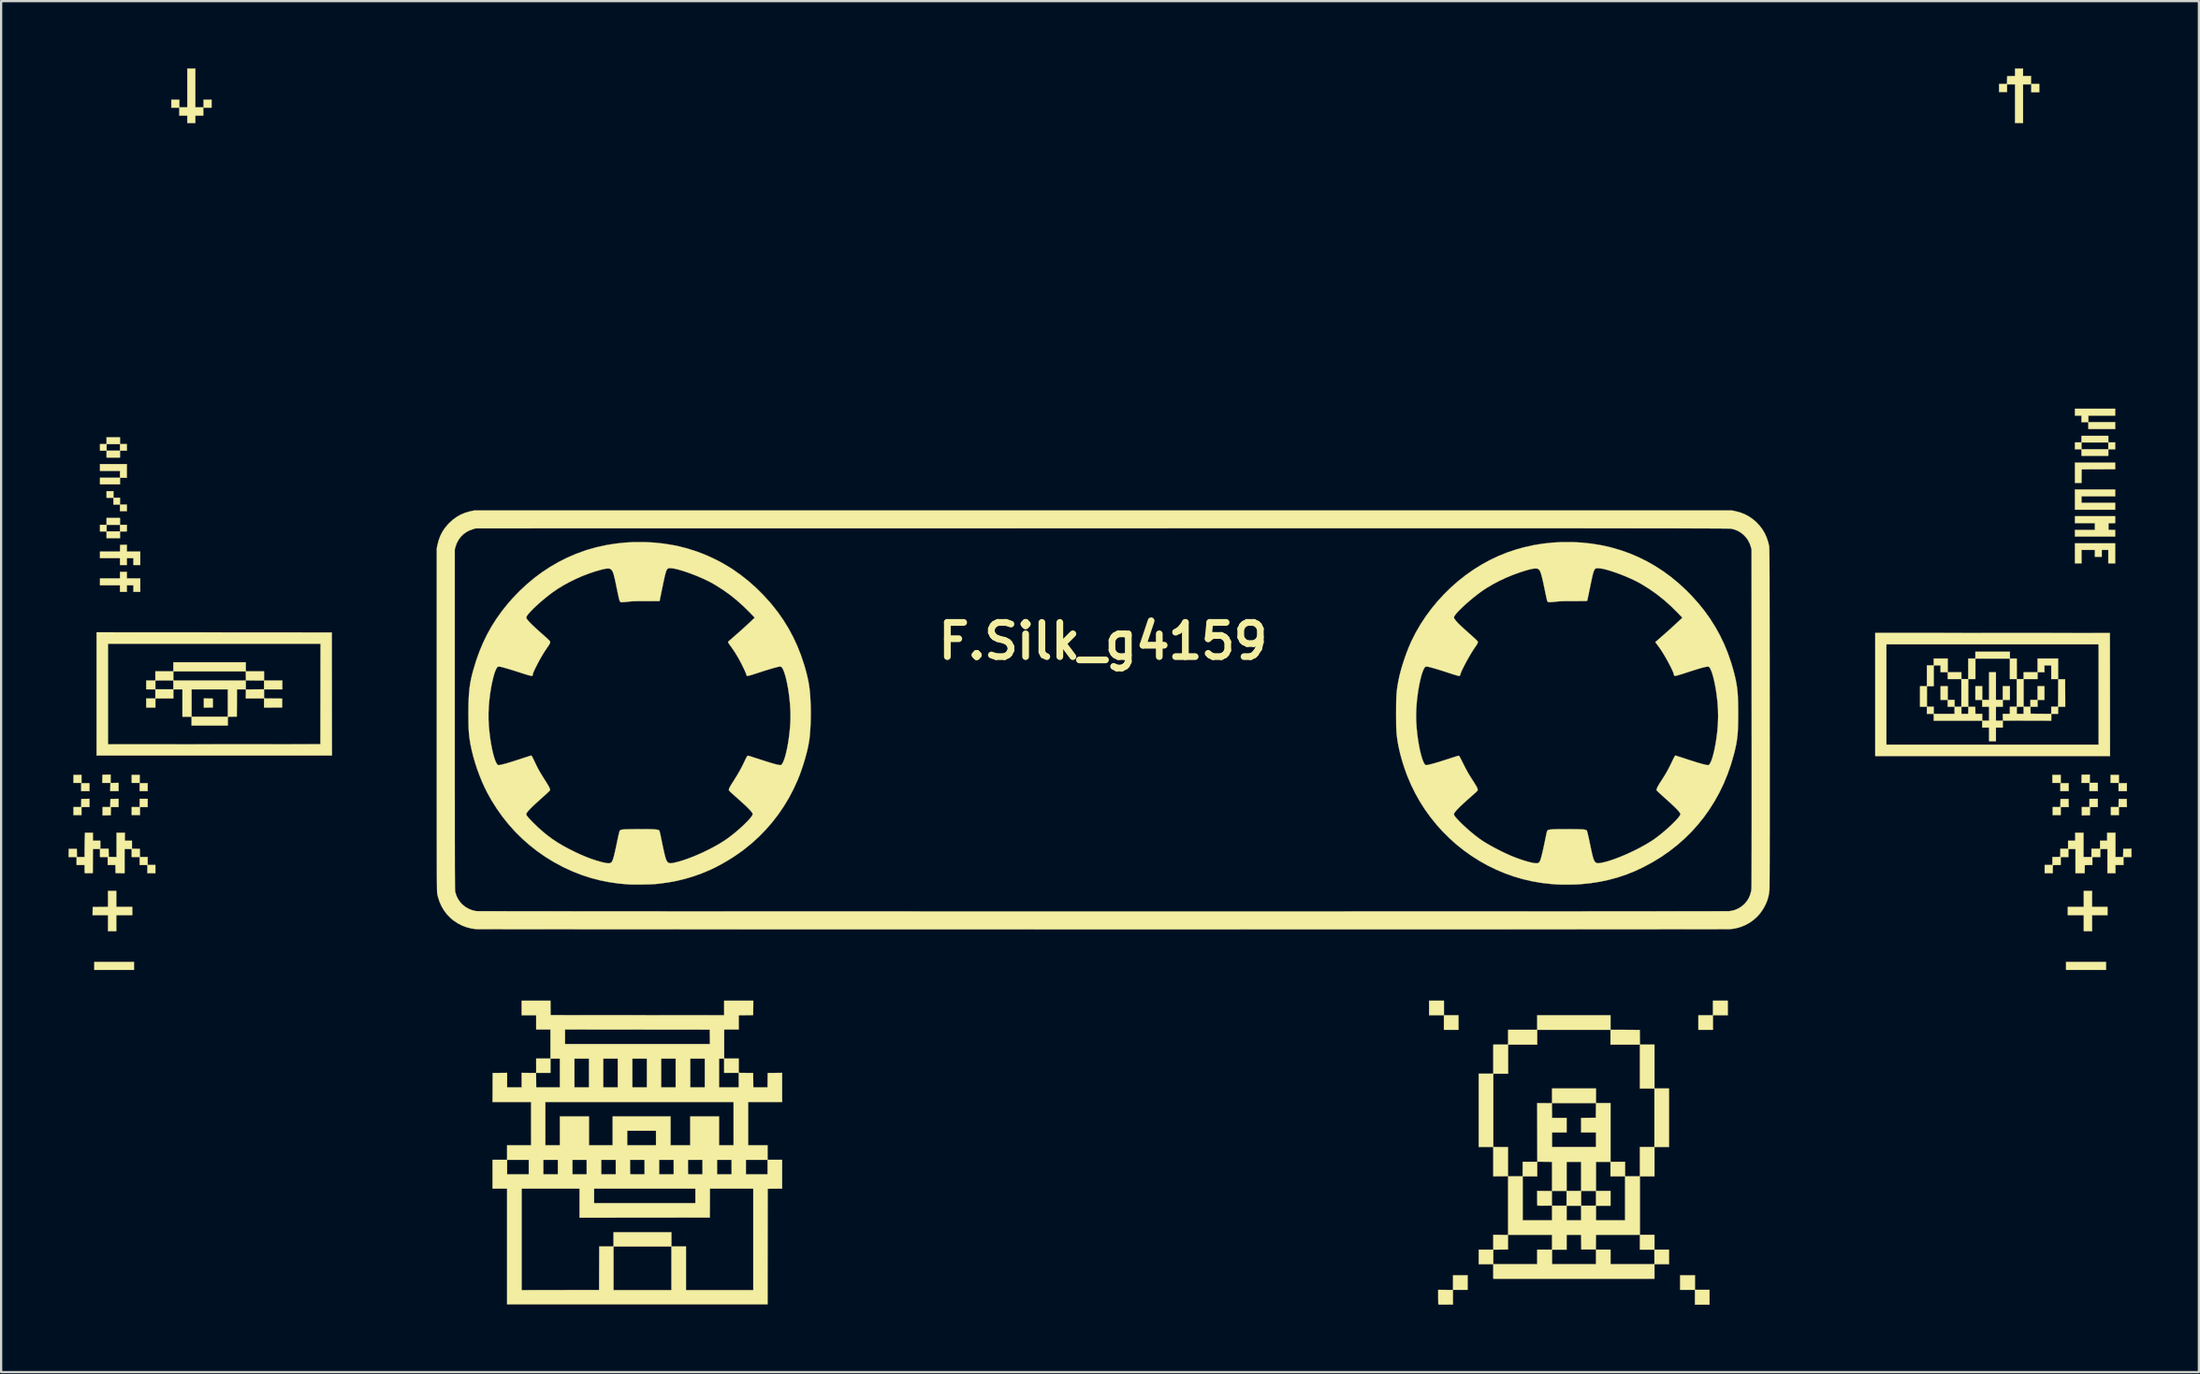
<source format=kicad_pcb>
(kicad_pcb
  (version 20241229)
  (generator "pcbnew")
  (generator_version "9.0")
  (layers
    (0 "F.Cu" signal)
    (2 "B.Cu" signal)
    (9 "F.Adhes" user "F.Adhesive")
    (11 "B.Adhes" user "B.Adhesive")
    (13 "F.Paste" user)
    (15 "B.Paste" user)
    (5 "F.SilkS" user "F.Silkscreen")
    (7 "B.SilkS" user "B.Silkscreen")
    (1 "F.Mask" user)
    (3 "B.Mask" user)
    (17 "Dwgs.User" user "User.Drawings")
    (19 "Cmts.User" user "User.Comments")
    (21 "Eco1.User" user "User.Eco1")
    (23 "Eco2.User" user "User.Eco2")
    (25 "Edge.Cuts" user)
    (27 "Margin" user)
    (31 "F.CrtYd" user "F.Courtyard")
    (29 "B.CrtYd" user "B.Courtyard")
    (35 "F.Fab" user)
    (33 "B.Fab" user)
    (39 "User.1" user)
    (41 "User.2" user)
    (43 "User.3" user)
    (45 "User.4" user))
  (footprint "F.Silk_g4159"
    (layer "F.Cu")
    (at 46.056 25.507)
    (property "Reference" "F.Silk_g4159" (at 0 0 0) (layer "F.SilkS") (effects (font (size 1.524 1.524) (thickness 0.3))))
    (attr through_hole)
    (fp_poly (pts (xy -45.479 6.312) (xy -45.834 6.312) (xy -45.834 5.956) (xy -45.479 5.956) (xy -45.479 6.312)) (stroke (width 0.01) (type solid)) (fill yes) (layer "F.SilkS"))
    (fp_poly (pts (xy -45.123 6.68) (xy -45.491 6.68) (xy -45.491 6.325) (xy -45.123 6.325) (xy -45.123 6.68)) (stroke (width 0.01) (type solid)) (fill yes) (layer "F.SilkS"))
    (fp_poly (pts (xy -44.183 6.312) (xy -44.552 6.312) (xy -44.545 5.95) (xy -44.183 5.943) (xy -44.183 6.312)) (stroke (width 0.01) (type solid)) (fill yes) (layer "F.SilkS"))
    (fp_poly (pts (xy -44.056 -6.388) (xy -44.361 -6.388) (xy -44.361 -6.68) (xy -44.056 -6.68) (xy -44.056 -6.388)) (stroke (width 0.01) (type solid)) (fill yes) (layer "F.SilkS"))
    (fp_poly (pts (xy -43.828 6.68) (xy -44.197 6.68) (xy -44.19 6.318) (xy -43.828 6.311) (xy -43.828 6.68)) (stroke (width 0.01) (type solid)) (fill yes) (layer "F.SilkS"))
    (fp_poly (pts (xy -43.764 -6.985) (xy -44.653 -6.985) (xy -44.653 -7.277) (xy -43.764 -7.277) (xy -43.764 -6.985)) (stroke (width 0.01) (type solid)) (fill yes) (layer "F.SilkS"))
    (fp_poly (pts (xy -43.764 -6.083) (xy -44.056 -6.083) (xy -44.056 -6.388) (xy -43.764 -6.388) (xy -43.764 -6.083)) (stroke (width 0.01) (type solid)) (fill yes) (layer "F.SilkS"))
    (fp_poly (pts (xy -43.459 -5.791) (xy -43.764 -5.791) (xy -43.764 -6.083) (xy -43.459 -6.083) (xy -43.459 -5.791)) (stroke (width 0.01) (type solid)) (fill yes) (layer "F.SilkS"))
    (fp_poly (pts (xy -43.142 14.643) (xy -44.907 14.643) (xy -44.907 14.287) (xy -43.142 14.287) (xy -43.142 14.643)) (stroke (width 0.01) (type solid)) (fill yes) (layer "F.SilkS"))
    (fp_poly (pts (xy -42.888 6.312) (xy -43.243 6.312) (xy -43.243 5.956) (xy -42.888 5.956) (xy -42.888 6.312)) (stroke (width 0.01) (type solid)) (fill yes) (layer "F.SilkS"))
    (fp_poly (pts (xy -42.532 6.68) (xy -42.888 6.68) (xy -42.888 6.325) (xy -42.532 6.325) (xy -42.532 6.68)) (stroke (width 0.01) (type solid)) (fill yes) (layer "F.SilkS"))
    (fp_poly (pts (xy -42.189 2.959) (xy -42.596 2.959) (xy -42.596 2.553) (xy -42.189 2.553) (xy -42.189 2.959)) (stroke (width 0.01) (type solid)) (fill yes) (layer "F.SilkS"))
    (fp_poly (pts (xy -39.688 -23.762) (xy -40.043 -23.762) (xy -40.043 -24.117) (xy -39.688 -24.117) (xy -39.688 -23.762)) (stroke (width 0.01) (type solid)) (fill yes) (layer "F.SilkS"))
    (fp_poly (pts (xy -24.6 19.228) (xy -25.235 19.228) (xy -25.235 18.593) (xy -24.6 18.593) (xy -24.6 19.228)) (stroke (width 0.01) (type solid)) (fill yes) (layer "F.SilkS"))
    (fp_poly (pts (xy -19.215 26.962) (xy -21.793 26.962) (xy -21.793 26.327) (xy -19.215 26.327) (xy -19.215 26.962)) (stroke (width 0.01) (type solid)) (fill yes) (layer "F.SilkS"))
    (fp_poly (pts (xy 15.177 16.662) (xy 14.516 16.662) (xy 14.516 16.015) (xy 15.177 16.015) (xy 15.177 16.662)) (stroke (width 0.01) (type solid)) (fill yes) (layer "F.SilkS"))
    (fp_poly (pts (xy 15.824 17.31) (xy 15.177 17.31) (xy 15.177 16.662) (xy 15.824 16.662) (xy 15.824 17.31)) (stroke (width 0.01) (type solid)) (fill yes) (layer "F.SilkS"))
    (fp_poly (pts (xy 16.231 28.892) (xy 15.583 28.892) (xy 15.583 28.245) (xy 16.231 28.245) (xy 16.231 28.892)) (stroke (width 0.01) (type solid)) (fill yes) (layer "F.SilkS"))
    (fp_poly (pts (xy 19.329 17.971) (xy 18.034 17.971) (xy 18.034 17.31) (xy 19.329 17.31) (xy 19.329 17.971)) (stroke (width 0.01) (type solid)) (fill yes) (layer "F.SilkS"))
    (fp_poly (pts (xy 19.329 23.838) (xy 18.682 23.838) (xy 18.682 23.19) (xy 19.329 23.19) (xy 19.329 23.838)) (stroke (width 0.01) (type solid)) (fill yes) (layer "F.SilkS"))
    (fp_poly (pts (xy 21.946 20.574) (xy 19.99 20.574) (xy 19.99 19.926) (xy 21.946 19.926) (xy 21.946 20.574)) (stroke (width 0.01) (type solid)) (fill yes) (layer "F.SilkS"))
    (fp_poly (pts (xy 22.593 17.31) (xy 19.329 17.31) (xy 19.329 16.662) (xy 22.593 16.662) (xy 22.593 17.31)) (stroke (width 0.01) (type solid)) (fill yes) (layer "F.SilkS"))
    (fp_poly (pts (xy 22.593 25.146) (xy 21.946 25.146) (xy 21.946 24.486) (xy 22.593 24.486) (xy 22.593 25.146)) (stroke (width 0.01) (type solid)) (fill yes) (layer "F.SilkS"))
    (fp_poly (pts (xy 24.549 23.838) (xy 23.901 23.838) (xy 23.901 22.53) (xy 24.549 22.53) (xy 24.549 23.838)) (stroke (width 0.01) (type solid)) (fill yes) (layer "F.SilkS"))
    (fp_poly (pts (xy 24.549 27.102) (xy 23.901 27.102) (xy 23.901 26.441) (xy 24.549 26.441) (xy 24.549 27.102)) (stroke (width 0.01) (type solid)) (fill yes) (layer "F.SilkS"))
    (fp_poly (pts (xy 25.197 22.53) (xy 24.549 22.53) (xy 24.549 19.926) (xy 25.197 19.926) (xy 25.197 22.53)) (stroke (width 0.01) (type solid)) (fill yes) (layer "F.SilkS"))
    (fp_poly (pts (xy 25.197 27.75) (xy 24.549 27.75) (xy 24.549 27.102) (xy 25.197 27.102) (xy 25.197 27.75)) (stroke (width 0.01) (type solid)) (fill yes) (layer "F.SilkS"))
    (fp_poly (pts (xy 26.352 28.892) (xy 25.692 28.892) (xy 25.692 28.245) (xy 26.352 28.245) (xy 26.352 28.892)) (stroke (width 0.01) (type solid)) (fill yes) (layer "F.SilkS"))
    (fp_poly (pts (xy 27 29.553) (xy 26.352 29.553) (xy 26.352 28.892) (xy 27 28.892) (xy 27 29.553)) (stroke (width 0.01) (type solid)) (fill yes) (layer "F.SilkS"))
    (fp_poly (pts (xy 27.153 17.31) (xy 26.505 17.31) (xy 26.505 16.662) (xy 27.153 16.662) (xy 27.153 17.31)) (stroke (width 0.01) (type solid)) (fill yes) (layer "F.SilkS"))
    (fp_poly (pts (xy 27.813 16.662) (xy 27.153 16.662) (xy 27.153 16.015) (xy 27.813 16.015) (xy 27.813 16.662)) (stroke (width 0.01) (type solid)) (fill yes) (layer "F.SilkS"))
    (fp_poly (pts (xy 37.91 2.921) (xy 37.605 2.921) (xy 37.605 2.616) (xy 37.91 2.616) (xy 37.91 2.921)) (stroke (width 0.01) (type solid)) (fill yes) (layer "F.SilkS"))
    (fp_poly (pts (xy 38.837 1.689) (xy 38.519 1.689) (xy 38.519 0.775) (xy 38.837 0.775) (xy 38.837 1.689)) (stroke (width 0.01) (type solid)) (fill yes) (layer "F.SilkS"))
    (fp_poly (pts (xy 39.141 2.616) (xy 38.837 2.616) (xy 38.837 2.007) (xy 39.141 2.007) (xy 39.141 2.616)) (stroke (width 0.01) (type solid)) (fill yes) (layer "F.SilkS"))
    (fp_poly (pts (xy 40.373 0.775) (xy 38.837 0.775) (xy 38.837 0.47) (xy 40.373 0.47) (xy 40.373 0.775)) (stroke (width 0.01) (type solid)) (fill yes) (layer "F.SilkS"))
    (fp_poly (pts (xy 40.373 2.616) (xy 40.056 2.616) (xy 40.056 2.007) (xy 40.373 2.007) (xy 40.373 2.616)) (stroke (width 0.01) (type solid)) (fill yes) (layer "F.SilkS"))
    (fp_poly (pts (xy 40.678 1.689) (xy 40.373 1.689) (xy 40.373 0.775) (xy 40.678 0.775) (xy 40.678 1.689)) (stroke (width 0.01) (type solid)) (fill yes) (layer "F.SilkS"))
    (fp_poly (pts (xy 41.605 1.689) (xy 40.983 1.689) (xy 40.983 1.384) (xy 41.605 1.384) (xy 41.605 1.689)) (stroke (width 0.01) (type solid)) (fill yes) (layer "F.SilkS"))
    (fp_poly (pts (xy 41.605 2.921) (xy 41.288 2.921) (xy 41.288 2.616) (xy 41.605 2.616) (xy 41.605 2.921)) (stroke (width 0.01) (type solid)) (fill yes) (layer "F.SilkS"))
    (fp_poly (pts (xy 41.681 -24.448) (xy 41.326 -24.448) (xy 41.326 -24.816) (xy 41.681 -24.816) (xy 41.681 -24.448)) (stroke (width 0.01) (type solid)) (fill yes) (layer "F.SilkS"))
    (fp_poly (pts (xy 41.91 2.616) (xy 41.605 2.616) (xy 41.605 2.007) (xy 41.91 2.007) (xy 41.91 2.616)) (stroke (width 0.01) (type solid)) (fill yes) (layer "F.SilkS"))
    (fp_poly (pts (xy 42.634 6.312) (xy 42.266 6.312) (xy 42.266 5.956) (xy 42.634 5.956) (xy 42.634 6.312)) (stroke (width 0.01) (type solid)) (fill yes) (layer "F.SilkS"))
    (fp_poly (pts (xy 42.989 6.68) (xy 42.621 6.68) (xy 42.621 6.325) (xy 42.989 6.325) (xy 42.989 6.68)) (stroke (width 0.01) (type solid)) (fill yes) (layer "F.SilkS"))
    (fp_poly (pts (xy 44.653 14.643) (xy 42.875 14.643) (xy 42.875 14.287) (xy 44.653 14.287) (xy 44.653 14.643)) (stroke (width 0.01) (type solid)) (fill yes) (layer "F.SilkS"))
    (fp_poly (pts (xy 45.06 -9.449) (xy 43.866 -9.449) (xy 43.866 -9.754) (xy 45.06 -9.754) (xy 45.06 -9.449)) (stroke (width 0.01) (type solid)) (fill yes) (layer "F.SilkS"))
    (fp_poly (pts (xy 45.225 6.312) (xy 44.856 6.312) (xy 44.856 5.956) (xy 45.225 5.956) (xy 45.225 6.312)) (stroke (width 0.01) (type solid)) (fill yes) (layer "F.SilkS"))
    (fp_poly (pts (xy 45.58 6.68) (xy 45.212 6.68) (xy 45.212 6.325) (xy 45.58 6.325) (xy 45.58 6.68)) (stroke (width 0.01) (type solid)) (fill yes) (layer "F.SilkS"))
    (fp_poly (pts (xy -39.83 2.556) (xy -39.63 2.559) (xy -39.63 2.953) (xy -40.03 2.96) (xy -40.03 2.552) (xy -39.83 2.556)) (stroke (width 0.01) (type solid)) (fill yes) (layer "F.SilkS"))
    (fp_poly (pts (xy 37.605 2.616) (xy 37.288 2.616) (xy 37.288 2.311) (xy 37.288 2.007) (xy 37.605 2.007) (xy 37.605 2.616)) (stroke (width 0.01) (type solid)) (fill yes) (layer "F.SilkS"))
    (fp_poly (pts (xy -43.459 -7.277) (xy -43.764 -7.277) (xy -43.764 -7.582) (xy -44.653 -7.582) (xy -44.653 -7.887) (xy -43.459 -7.887) (xy -43.459 -7.277)) (stroke (width 0.01) (type solid)) (fill yes) (layer "F.SilkS"))
    (fp_poly (pts (xy 45.06 -7.658) (xy 43.567 -7.652) (xy 43.561 -7.048) (xy 43.269 -7.048) (xy 43.269 -7.95) (xy 45.06 -7.95) (xy 45.06 -7.658)) (stroke (width 0.01) (type solid)) (fill yes) (layer "F.SilkS"))
    (fp_poly (pts (xy -45.123 7.391) (xy -45.479 7.391) (xy -45.479 7.747) (xy -45.834 7.747) (xy -45.834 7.391) (xy -45.492 7.391) (xy -45.485 7.029) (xy -45.123 7.022) (xy -45.123 7.391)) (stroke (width 0.01) (type solid)) (fill yes) (layer "F.SilkS"))
    (fp_poly (pts (xy -42.532 7.391) (xy -42.875 7.391) (xy -42.875 7.747) (xy -43.243 7.747) (xy -43.243 7.391) (xy -42.888 7.391) (xy -42.888 7.023) (xy -42.532 7.023) (xy -42.532 7.391)) (stroke (width 0.01) (type solid)) (fill yes) (layer "F.SilkS"))
    (fp_poly (pts (xy 42.52 1.689) (xy 42.215 1.689) (xy 42.215 1.079) (xy 41.91 1.079) (xy 41.91 1.384) (xy 41.605 1.384) (xy 41.605 0.775) (xy 42.52 0.775) (xy 42.52 1.689)) (stroke (width 0.01) (type solid)) (fill yes) (layer "F.SilkS"))
    (fp_poly (pts (xy 43.929 6.312) (xy 44.285 6.312) (xy 44.285 6.68) (xy 43.917 6.68) (xy 43.917 6.312) (xy 43.56 6.312) (xy 43.567 5.95) (xy 43.929 5.943) (xy 43.929 6.312)) (stroke (width 0.01) (type solid)) (fill yes) (layer "F.SilkS"))
    (fp_poly (pts (xy 45.06 -10.046) (xy 43.866 -10.046) (xy 43.866 -9.754) (xy 43.561 -9.754) (xy 43.561 -10.046) (xy 43.269 -10.046) (xy 43.269 -10.351) (xy 45.06 -10.351) (xy 45.06 -10.046)) (stroke (width 0.01) (type solid)) (fill yes) (layer "F.SilkS"))
    (fp_poly (pts (xy 45.06 -6.452) (xy 43.561 -6.452) (xy 43.561 -6.16) (xy 45.06 -6.16) (xy 45.06 -5.855) (xy 43.269 -5.855) (xy 43.269 -6.756) (xy 45.06 -6.756) (xy 45.06 -6.452)) (stroke (width 0.01) (type solid)) (fill yes) (layer "F.SilkS"))
    (fp_poly (pts (xy 17.374 22.529) (xy 17.701 22.533) (xy 18.028 22.536) (xy 18.028 23.832) (xy 17.374 23.838) (xy 17.374 22.53) (xy 16.726 22.53) (xy 16.726 19.266) (xy 17.374 19.266) (xy 17.374 22.529)) (stroke (width 0.01) (type solid)) (fill yes) (layer "F.SilkS"))
    (fp_poly (pts (xy 17.701 26.444) (xy 18.028 26.448) (xy 18.028 27.095) (xy 17.374 27.102) (xy 17.374 27.75) (xy 16.726 27.75) (xy 16.726 27.102) (xy 17.374 27.102) (xy 17.374 26.441) (xy 17.701 26.444)) (stroke (width 0.01) (type solid)) (fill yes) (layer "F.SilkS"))
    (fp_poly (pts (xy 42.834 2.308) (xy 42.837 2.921) (xy 42.52 2.921) (xy 42.52 3.239) (xy 42.215 3.239) (xy 42.215 2.921) (xy 42.519 2.921) (xy 42.526 1.695) (xy 42.831 1.695) (xy 42.834 2.308)) (stroke (width 0.01) (type solid)) (fill yes) (layer "F.SilkS"))
    (fp_poly (pts (xy 42.987 7.21) (xy 42.99 7.391) (xy 42.634 7.391) (xy 42.634 7.747) (xy 42.278 7.747) (xy 42.278 7.391) (xy 42.621 7.391) (xy 42.628 7.029) (xy 42.983 7.029) (xy 42.987 7.21)) (stroke (width 0.01) (type solid)) (fill yes) (layer "F.SilkS"))
    (fp_poly (pts (xy 45.577 7.21) (xy 45.581 7.391) (xy 45.225 7.391) (xy 45.225 7.747) (xy 44.869 7.747) (xy 44.869 7.391) (xy 45.211 7.391) (xy 45.218 7.029) (xy 45.574 7.029) (xy 45.577 7.21)) (stroke (width 0.01) (type solid)) (fill yes) (layer "F.SilkS"))
    (fp_poly (pts (xy -43.828 7.391) (xy -44.17 7.391) (xy -44.173 7.572) (xy -44.177 7.753) (xy -44.358 7.757) (xy -44.539 7.76) (xy -44.539 7.391) (xy -44.197 7.391) (xy -44.19 7.029) (xy -43.828 7.022) (xy -43.828 7.391)) (stroke (width 0.01) (type solid)) (fill yes) (layer "F.SilkS"))
    (fp_poly (pts (xy 44.285 7.391) (xy 43.943 7.391) (xy 43.939 7.572) (xy 43.936 7.753) (xy 43.755 7.757) (xy 43.574 7.76) (xy 43.574 7.391) (xy 43.917 7.391) (xy 43.917 7.023) (xy 44.285 7.023) (xy 44.285 7.391)) (stroke (width 0.01) (type solid)) (fill yes) (layer "F.SilkS"))
    (fp_poly (pts (xy 18.034 18.298) (xy 18.034 18.412) (xy 18.034 18.541) (xy 18.034 18.676) (xy 18.034 18.806) (xy 18.034 18.923) (xy 18.034 18.945) (xy 18.035 19.266) (xy 17.374 19.266) (xy 17.374 17.971) (xy 18.034 17.971) (xy 18.034 18.298)) (stroke (width 0.01) (type solid)) (fill yes) (layer "F.SilkS"))
    (fp_poly (pts (xy 19.99 27.75) (xy 21.946 27.75) (xy 21.946 27.102) (xy 22.593 27.102) (xy 22.593 27.75) (xy 24.549 27.75) (xy 24.549 28.397) (xy 17.374 28.397) (xy 17.374 27.75) (xy 19.329 27.75) (xy 19.329 27.102) (xy 19.99 27.102) (xy 19.99 27.75)) (stroke (width 0.01) (type solid)) (fill yes) (layer "F.SilkS"))
    (fp_poly (pts (xy 45.06 -3.467) (xy 44.755 -3.467) (xy 44.755 -4.064) (xy 44.463 -4.064) (xy 44.463 -3.759) (xy 44.158 -3.759) (xy 44.158 -4.064) (xy 43.561 -4.064) (xy 43.561 -3.467) (xy 43.269 -3.467) (xy 43.269 -4.356) (xy 45.06 -4.356) (xy 45.06 -3.467)) (stroke (width 0.01) (type solid)) (fill yes) (layer "F.SilkS"))
    (fp_poly (pts (xy 39.602 -0.365) (xy 44.825 -0.362) (xy 44.828 2.378) (xy 44.831 5.118) (xy 34.379 5.118) (xy 34.379 0.14) (xy 34.874 0.14) (xy 34.874 4.61) (xy 44.323 4.61) (xy 44.323 0.14) (xy 34.874 0.14) (xy 34.379 0.14) (xy 34.379 -0.368) (xy 39.602 -0.365)) (stroke (width 0.01) (type solid)) (fill yes) (layer "F.SilkS"))
    (fp_poly (pts (xy 45.06 -5.259) (xy 44.91 -5.255) (xy 44.761 -5.251) (xy 44.761 -4.959) (xy 45.06 -4.952) (xy 45.06 -4.661) (xy 43.269 -4.661) (xy 43.269 -4.953) (xy 44.158 -4.953) (xy 44.158 -5.258) (xy 43.269 -5.258) (xy 43.269 -5.563) (xy 45.06 -5.563) (xy 45.06 -5.259)) (stroke (width 0.01) (type solid)) (fill yes) (layer "F.SilkS"))
    (fp_poly (pts (xy -43.459 -2.794) (xy -42.862 -2.794) (xy -42.862 -2.197) (xy -43.167 -2.197) (xy -43.167 -2.489) (xy -43.459 -2.489) (xy -43.459 -2.197) (xy -43.764 -2.197) (xy -43.764 -2.489) (xy -44.653 -2.489) (xy -44.653 -2.794) (xy -43.764 -2.794) (xy -43.764 -3.086) (xy -43.459 -3.086) (xy -43.459 -2.794)) (stroke (width 0.01) (type solid)) (fill yes) (layer "F.SilkS"))
    (fp_poly (pts (xy -39.57 -0.391) (xy -34.334 -0.387) (xy -34.331 2.353) (xy -34.328 5.093) (xy -44.806 5.093) (xy -44.806 0.114) (xy -44.298 0.114) (xy -44.298 4.597) (xy -39.57 4.594) (xy -34.842 4.591) (xy -34.836 0.114) (xy -44.298 0.114) (xy -44.806 0.114) (xy -44.806 -0.394) (xy -39.57 -0.391)) (stroke (width 0.01) (type solid)) (fill yes) (layer "F.SilkS"))
    (fp_poly (pts (xy -41.389 0.94) (xy -38.163 0.94) (xy -38.163 1.346) (xy -37.351 1.346) (xy -37.351 1.753) (xy -37.551 1.752) (xy -37.642 1.752) (xy -37.746 1.751) (xy -37.851 1.75) (xy -37.945 1.749) (xy -37.954 1.749) (xy -38.157 1.746) (xy -38.161 1.546) (xy -38.164 1.346) (xy -41.389 1.346) (xy -41.389 0.94)) (stroke (width 0.01) (type solid)) (fill yes) (layer "F.SilkS"))
    (fp_poly (pts (xy -36.538 2.146) (xy -37.351 2.146) (xy -37.351 2.552) (xy -36.947 2.556) (xy -36.544 2.559) (xy -36.544 2.953) (xy -37.351 2.959) (xy -37.351 2.553) (xy -38.164 2.553) (xy -38.161 2.353) (xy -38.157 2.153) (xy -37.754 2.149) (xy -37.351 2.146) (xy -37.351 1.753) (xy -36.538 1.753) (xy -36.538 2.146)) (stroke (width 0.01) (type solid)) (fill yes) (layer "F.SilkS"))
    (fp_poly (pts (xy 22.92 17.31) (xy 23.035 17.311) (xy 23.165 17.311) (xy 23.3 17.312) (xy 23.432 17.313) (xy 23.549 17.313) (xy 23.571 17.314) (xy 23.895 17.316) (xy 23.902 17.971) (xy 24.549 17.971) (xy 24.549 19.926) (xy 23.901 19.926) (xy 23.901 17.971) (xy 22.593 17.971) (xy 22.593 17.31) (xy 22.92 17.31)) (stroke (width 0.01) (type solid)) (fill yes) (layer "F.SilkS"))
    (fp_poly (pts (xy -43.459 -8.776) (xy -43.459 -8.484) (xy -43.764 -8.484) (xy -43.764 -8.179) (xy -44.361 -8.179) (xy -44.361 -8.484) (xy -44.653 -8.484) (xy -44.653 -8.776) (xy -44.361 -8.776) (xy -44.361 -8.484) (xy -43.764 -8.484) (xy -43.764 -8.776) (xy -44.361 -8.776) (xy -44.361 -9.081) (xy -43.764 -9.081) (xy -43.764 -8.776) (xy -43.459 -8.776)) (stroke (width 0.01) (type solid)) (fill yes) (layer "F.SilkS"))
    (fp_poly (pts (xy -43.459 -5.182) (xy -43.459 -4.889) (xy -43.764 -4.889) (xy -43.764 -4.585) (xy -44.361 -4.585) (xy -44.361 -4.889) (xy -44.653 -4.889) (xy -44.653 -5.182) (xy -44.361 -5.182) (xy -44.361 -4.889) (xy -43.764 -4.889) (xy -43.764 -5.182) (xy -44.361 -5.182) (xy -44.361 -5.486) (xy -43.764 -5.486) (xy -43.764 -5.182) (xy -43.459 -5.182)) (stroke (width 0.01) (type solid)) (fill yes) (layer "F.SilkS"))
    (fp_poly (pts (xy -43.459 -3.988) (xy -42.862 -3.988) (xy -42.862 -3.391) (xy -43.167 -3.391) (xy -43.167 -3.696) (xy -43.459 -3.696) (xy -43.459 -3.391) (xy -43.764 -3.391) (xy -43.764 -3.696) (xy -44.653 -3.696) (xy -44.653 -3.988) (xy -43.765 -3.988) (xy -43.761 -4.137) (xy -43.758 -4.286) (xy -43.609 -4.29) (xy -43.459 -4.293) (xy -43.459 -3.988)) (stroke (width 0.01) (type solid)) (fill yes) (layer "F.SilkS"))
    (fp_poly (pts (xy -40.411 -23.774) (xy -40.056 -23.774) (xy -40.056 -23.406) (xy -40.411 -23.406) (xy -40.411 -23.076) (xy -40.767 -23.076) (xy -40.767 -23.406) (xy -41.123 -23.406) (xy -41.123 -23.762) (xy -41.478 -23.762) (xy -41.478 -24.117) (xy -41.123 -24.117) (xy -41.123 -23.774) (xy -40.767 -23.774) (xy -40.767 -25.502) (xy -40.411 -25.502) (xy -40.411 -23.774)) (stroke (width 0.01) (type solid)) (fill yes) (layer "F.SilkS"))
    (fp_poly (pts (xy 45.06 -8.852) (xy 45.06 -8.547) (xy 44.755 -8.547) (xy 44.755 -8.255) (xy 43.561 -8.255) (xy 43.561 -8.547) (xy 43.269 -8.547) (xy 43.269 -8.852) (xy 43.561 -8.852) (xy 43.561 -8.547) (xy 44.755 -8.547) (xy 44.755 -8.852) (xy 43.561 -8.852) (xy 43.561 -9.144) (xy 44.755 -9.144) (xy 44.755 -8.852) (xy 45.06 -8.852)) (stroke (width 0.01) (type solid)) (fill yes) (layer "F.SilkS"))
    (fp_poly (pts (xy 15.25 28.895) (xy 15.577 28.899) (xy 15.577 29.547) (xy 15.258 29.55) (xy 15.171 29.551) (xy 15.092 29.55) (xy 15.025 29.55) (xy 14.973 29.548) (xy 14.941 29.546) (xy 14.931 29.545) (xy 14.929 29.53) (xy 14.927 29.494) (xy 14.925 29.439) (xy 14.924 29.369) (xy 14.923 29.288) (xy 14.922 29.214) (xy 14.922 28.892) (xy 15.25 28.895)) (stroke (width 0.01) (type solid)) (fill yes) (layer "F.SilkS"))
    (fp_poly (pts (xy 19.656 24.489) (xy 19.983 24.492) (xy 19.983 25.14) (xy 19.665 25.143) (xy 19.578 25.144) (xy 19.499 25.144) (xy 19.432 25.143) (xy 19.38 25.141) (xy 19.348 25.14) (xy 19.338 25.138) (xy 19.336 25.123) (xy 19.334 25.087) (xy 19.332 25.032) (xy 19.33 24.962) (xy 19.33 24.881) (xy 19.329 24.807) (xy 19.329 24.485) (xy 19.656 24.489)) (stroke (width 0.01) (type solid)) (fill yes) (layer "F.SilkS"))
    (fp_poly (pts (xy 40.958 -25.171) (xy 41.313 -25.171) (xy 41.313 -24.803) (xy 40.958 -24.803) (xy 40.958 -23.076) (xy 40.602 -23.076) (xy 40.602 -24.803) (xy 40.246 -24.803) (xy 40.246 -24.46) (xy 39.891 -24.46) (xy 39.891 -24.816) (xy 40.246 -24.816) (xy 40.249 -24.99) (xy 40.253 -25.165) (xy 40.427 -25.169) (xy 40.602 -25.172) (xy 40.602 -25.502) (xy 40.958 -25.502) (xy 40.958 -25.171)) (stroke (width 0.01) (type solid)) (fill yes) (layer "F.SilkS"))
    (fp_poly (pts (xy 41.287 2.921) (xy 41.294 3.232) (xy 42.215 3.239) (xy 42.215 3.543) (xy 41.138 3.54) (xy 40.062 3.537) (xy 40.059 3.388) (xy 40.055 3.239) (xy 40.373 3.239) (xy 40.373 2.921) (xy 40.678 2.921) (xy 40.678 3.239) (xy 40.983 3.239) (xy 40.983 2.921) (xy 40.678 2.921) (xy 40.678 1.689) (xy 40.983 1.689) (xy 40.983 2.921) (xy 41.287 2.921)) (stroke (width 0.01) (type solid)) (fill yes) (layer "F.SilkS"))
    (fp_poly (pts (xy 39.751 2.616) (xy 40.056 2.616) (xy 40.056 2.921) (xy 39.751 2.921) (xy 39.751 3.543) (xy 40.056 3.543) (xy 40.056 3.848) (xy 39.751 3.848) (xy 39.751 4.458) (xy 39.446 4.458) (xy 39.446 3.848) (xy 39.141 3.848) (xy 39.141 3.543) (xy 39.446 3.543) (xy 39.446 2.921) (xy 39.141 2.921) (xy 39.141 2.616) (xy 39.446 2.616) (xy 39.446 1.384) (xy 39.751 1.384) (xy 39.751 2.616)) (stroke (width 0.01) (type solid)) (fill yes) (layer "F.SilkS"))
    (fp_poly (pts (xy 44.031 11.306) (xy 44.03 11.393) (xy 44.03 11.491) (xy 44.03 11.587) (xy 44.03 11.662) (xy 44.031 11.836) (xy 44.717 11.836) (xy 44.717 12.205) (xy 44.031 12.205) (xy 44.031 12.916) (xy 43.663 12.916) (xy 43.663 12.205) (xy 42.951 12.205) (xy 42.951 11.836) (xy 43.663 11.836) (xy 43.663 11.662) (xy 43.663 11.577) (xy 43.663 11.48) (xy 43.663 11.382) (xy 43.663 11.306) (xy 43.661 11.125) (xy 44.032 11.125) (xy 44.031 11.306)) (stroke (width 0.01) (type solid)) (fill yes) (layer "F.SilkS"))
    (fp_poly (pts (xy -43.929 11.836) (xy -43.218 11.836) (xy -43.218 12.205) (xy -43.929 12.205) (xy -43.929 12.916) (xy -44.299 12.916) (xy -44.298 12.735) (xy -44.297 12.648) (xy -44.297 12.55) (xy -44.297 12.454) (xy -44.297 12.379) (xy -44.298 12.205) (xy -44.984 12.205) (xy -44.977 11.843) (xy -44.637 11.839) (xy -44.298 11.836) (xy -44.297 11.662) (xy -44.297 11.577) (xy -44.297 11.48) (xy -44.297 11.382) (xy -44.298 11.306) (xy -44.299 11.125) (xy -43.929 11.125) (xy -43.929 11.836)) (stroke (width 0.01) (type solid)) (fill yes) (layer "F.SilkS"))
    (fp_poly (pts (xy -41.389 1.753) (xy -38.163 1.753) (xy -38.163 2.146) (xy -38.557 2.146) (xy -38.564 3.359) (xy -38.964 3.366) (xy -38.964 3.759) (xy -40.577 3.759) (xy -40.577 3.365) (xy -40.983 3.365) (xy -40.983 2.146) (xy -40.577 2.146) (xy -40.577 3.365) (xy -38.964 3.365) (xy -38.964 2.146) (xy -40.577 2.146) (xy -40.983 2.146) (xy -41.389 2.146) (xy -41.389 2.553) (xy -42.189 2.553) (xy -42.189 2.146) (xy -42.596 2.146) (xy -42.596 1.753) (xy -42.189 1.753) (xy -42.189 2.146) (xy -41.389 2.146) (xy -41.389 1.754) (xy -41.596 1.75) (xy -41.687 1.749) (xy -41.79 1.748) (xy -41.892 1.749) (xy -41.983 1.75) (xy -41.996 1.75) (xy -42.189 1.753) (xy -42.596 1.753) (xy -42.596 1.753) (xy -42.189 1.753) (xy -42.189 1.346) (xy -41.389 1.346) (xy -41.389 1.753)) (stroke (width 0.01) (type solid)) (fill yes) (layer "F.SilkS"))
    (fp_poly (pts (xy 37.605 1.384) (xy 38.214 1.384) (xy 38.214 1.689) (xy 38.519 1.689) (xy 38.519 2.921) (xy 38.214 2.921) (xy 38.214 3.239) (xy 38.518 3.239) (xy 38.525 2.927) (xy 38.83 2.927) (xy 38.834 3.083) (xy 38.837 3.239) (xy 39.141 3.239) (xy 39.141 3.543) (xy 36.982 3.543) (xy 36.982 3.239) (xy 36.678 3.239) (xy 36.678 2.921) (xy 36.373 2.921) (xy 36.373 2.007) (xy 36.678 2.007) (xy 36.678 2.921) (xy 36.982 2.921) (xy 36.982 3.239) (xy 37.91 3.239) (xy 37.91 2.921) (xy 38.214 2.921) (xy 38.214 1.689) (xy 37.605 1.689) (xy 37.605 1.384) (xy 37.287 1.384) (xy 37.287 1.079) (xy 36.982 1.079) (xy 36.982 2.007) (xy 36.678 2.007) (xy 36.678 1.079) (xy 36.982 1.079) (xy 36.982 0.775) (xy 37.605 0.775) (xy 37.605 1.384)) (stroke (width 0.01) (type solid)) (fill yes) (layer "F.SilkS"))
    (fp_poly (pts (xy 43.65 9.614) (xy 44.005 9.614) (xy 44.005 9.246) (xy 44.386 9.246) (xy 44.386 8.89) (xy 44.704 8.89) (xy 44.704 8.534) (xy 45.072 8.534) (xy 45.072 9.614) (xy 45.415 9.614) (xy 45.422 9.252) (xy 45.783 9.245) (xy 45.783 9.614) (xy 45.428 9.614) (xy 45.428 9.97) (xy 45.072 9.97) (xy 45.072 10.338) (xy 44.717 10.338) (xy 44.716 10.157) (xy 44.716 10.094) (xy 44.716 10.011) (xy 44.716 9.914) (xy 44.716 9.81) (xy 44.716 9.703) (xy 44.716 9.617) (xy 44.717 9.258) (xy 44.399 9.258) (xy 44.399 9.614) (xy 44.044 9.614) (xy 44.044 9.969) (xy 43.707 9.976) (xy 43.7 10.338) (xy 43.294 10.338) (xy 43.294 9.258) (xy 42.977 9.258) (xy 42.977 9.614) (xy 42.634 9.614) (xy 42.634 9.969) (xy 42.459 9.972) (xy 42.285 9.976) (xy 42.278 10.338) (xy 41.923 10.338) (xy 41.923 9.97) (xy 42.266 9.97) (xy 42.266 9.615) (xy 42.615 9.608) (xy 42.618 9.427) (xy 42.622 9.246) (xy 42.964 9.246) (xy 42.964 8.89) (xy 43.282 8.89) (xy 43.282 8.534) (xy 43.65 8.534) (xy 43.65 9.614)) (stroke (width 0.01) (type solid)) (fill yes) (layer "F.SilkS"))
    (fp_poly (pts (xy 23.241 23.19) (xy 23.241 23.838) (xy 23.901 23.838) (xy 23.901 26.441) (xy 21.946 26.441) (xy 21.939 27.095) (xy 21.292 27.095) (xy 21.288 26.768) (xy 21.285 26.441) (xy 20.637 26.441) (xy 20.637 27.102) (xy 19.99 27.102) (xy 19.99 26.441) (xy 18.034 26.441) (xy 18.034 23.838) (xy 18.682 23.838) (xy 18.682 25.794) (xy 19.99 25.794) (xy 19.99 25.146) (xy 20.637 25.146) (xy 20.637 25.794) (xy 21.285 25.794) (xy 21.285 25.146) (xy 20.637 25.146) (xy 20.637 24.486) (xy 19.99 24.486) (xy 19.99 23.191) (xy 19.948 23.19) (xy 20.637 23.19) (xy 20.637 24.486) (xy 21.285 24.486) (xy 21.285 25.146) (xy 21.946 25.146) (xy 21.946 25.794) (xy 23.241 25.794) (xy 23.241 23.838) (xy 22.593 23.838) (xy 22.593 23.19) (xy 21.946 23.19) (xy 21.946 24.486) (xy 21.285 24.486) (xy 21.285 23.19) (xy 20.637 23.19) (xy 19.948 23.19) (xy 19.336 23.184) (xy 19.329 20.574) (xy 19.983 20.58) (xy 19.99 21.234) (xy 20.637 21.234) (xy 20.637 21.882) (xy 19.99 21.882) (xy 19.99 22.53) (xy 21.946 22.53) (xy 21.946 21.882) (xy 21.285 21.882) (xy 21.285 21.235) (xy 21.939 21.228) (xy 21.946 20.574) (xy 22.593 20.574) (xy 22.593 23.19) (xy 23.241 23.19)) (stroke (width 0.01) (type solid)) (fill yes) (layer "F.SilkS"))
    (fp_poly (pts (xy -44.971 8.89) (xy -44.641 8.89) (xy -44.641 9.246) (xy -44.273 9.246) (xy -44.266 9.608) (xy -43.917 9.615) (xy -43.917 8.534) (xy -43.548 8.534) (xy -43.548 8.89) (xy -43.231 8.89) (xy -43.231 9.245) (xy -43.056 9.248) (xy -42.882 9.252) (xy -42.878 9.433) (xy -42.875 9.614) (xy -42.532 9.614) (xy -42.532 9.97) (xy -42.189 9.97) (xy -42.189 10.338) (xy -42.545 10.338) (xy -42.545 9.97) (xy -42.888 9.97) (xy -42.888 9.614) (xy -43.243 9.614) (xy -43.243 9.258) (xy -43.561 9.258) (xy -43.561 9.798) (xy -43.561 10.338) (xy -43.761 10.335) (xy -43.961 10.331) (xy -43.968 9.97) (xy -44.31 9.97) (xy -44.31 9.614) (xy -44.653 9.614) (xy -44.653 9.258) (xy -44.97 9.258) (xy -44.974 9.795) (xy -44.977 10.331) (xy -45.149 10.335) (xy -45.213 10.336) (xy -45.267 10.335) (xy -45.308 10.333) (xy -45.329 10.331) (xy -45.33 10.33) (xy -45.333 10.314) (xy -45.336 10.279) (xy -45.338 10.227) (xy -45.339 10.165) (xy -45.339 10.145) (xy -45.339 9.97) (xy -45.695 9.97) (xy -45.695 9.614) (xy -46.051 9.614) (xy -46.044 9.252) (xy -45.688 9.252) (xy -45.685 9.433) (xy -45.681 9.614) (xy -45.339 9.614) (xy -45.339 9.343) (xy -45.339 9.238) (xy -45.337 9.118) (xy -45.335 8.995) (xy -45.333 8.879) (xy -45.331 8.803) (xy -45.322 8.534) (xy -44.971 8.534) (xy -44.971 8.89)) (stroke (width 0.01) (type solid)) (fill yes) (layer "F.SilkS"))
    (fp_poly (pts (xy -14.287 23.101) (xy -14.287 24.384) (xy -14.608 24.387) (xy -14.929 24.39) (xy -14.935 29.54) (xy -26.53 29.54) (xy -26.53 24.384) (xy -25.883 24.384) (xy -25.883 28.905) (xy -24.159 28.902) (xy -22.435 28.899) (xy -22.428 26.962) (xy -21.793 26.962) (xy -21.793 28.905) (xy -19.215 28.905) (xy -19.215 26.962) (xy -18.567 26.962) (xy -18.567 28.905) (xy -15.57 28.905) (xy -15.57 24.384) (xy -17.501 24.384) (xy -17.501 24.711) (xy -17.501 24.825) (xy -17.502 24.954) (xy -17.502 25.087) (xy -17.503 25.217) (xy -17.504 25.333) (xy -17.504 25.356) (xy -17.507 25.673) (xy -23.305 25.679) (xy -23.305 24.384) (xy -22.657 24.384) (xy -22.657 25.032) (xy -18.148 25.032) (xy -18.148 24.384) (xy -22.657 24.384) (xy -23.305 24.384) (xy -25.883 24.384) (xy -26.53 24.384) (xy -27.178 24.384) (xy -27.178 23.101) (xy -26.53 23.101) (xy -26.53 23.749) (xy -25.565 23.749) (xy -25.565 23.101) (xy -24.917 23.101) (xy -24.917 23.749) (xy -24.27 23.749) (xy -24.27 23.101) (xy -23.622 23.101) (xy -23.622 23.749) (xy -22.987 23.749) (xy -22.987 23.101) (xy -22.339 23.101) (xy -22.339 23.749) (xy -21.692 23.749) (xy -21.692 23.101) (xy -21.057 23.101) (xy -21.057 23.417) (xy -21.056 23.504) (xy -21.055 23.582) (xy -21.054 23.649) (xy -21.052 23.7) (xy -21.05 23.731) (xy -21.048 23.741) (xy -21.034 23.743) (xy -20.997 23.745) (xy -20.942 23.747) (xy -20.873 23.748) (xy -20.792 23.749) (xy -20.724 23.749) (xy -20.409 23.749) (xy -20.409 23.101) (xy -19.761 23.101) (xy -19.761 23.749) (xy -19.113 23.749) (xy -19.113 23.101) (xy -18.479 23.101) (xy -18.479 23.417) (xy -18.478 23.504) (xy -18.477 23.582) (xy -18.476 23.649) (xy -18.474 23.7) (xy -18.472 23.731) (xy -18.47 23.741) (xy -18.456 23.743) (xy -18.419 23.745) (xy -18.364 23.747) (xy -18.295 23.748) (xy -18.214 23.749) (xy -18.146 23.749) (xy -17.831 23.749) (xy -17.831 23.101) (xy -17.183 23.101) (xy -17.183 23.749) (xy -16.535 23.749) (xy -16.535 23.101) (xy -15.9 23.101) (xy -15.9 23.749) (xy -14.935 23.749) (xy -14.935 23.101) (xy -15.9 23.101) (xy -16.535 23.101) (xy -17.183 23.101) (xy -17.831 23.101) (xy -18.479 23.101) (xy -19.113 23.101) (xy -19.761 23.101) (xy -20.409 23.101) (xy -21.057 23.101) (xy -21.692 23.101) (xy -22.339 23.101) (xy -22.987 23.101) (xy -23.622 23.101) (xy -24.27 23.101) (xy -24.917 23.101) (xy -25.565 23.101) (xy -26.53 23.101) (xy -26.53 22.454) (xy -25.463 22.454) (xy -25.463 20.523) (xy -24.828 20.523) (xy -24.828 22.454) (xy -24.181 22.454) (xy -24.181 21.171) (xy -22.885 21.171) (xy -22.885 22.454) (xy -21.831 22.454) (xy -21.831 21.806) (xy -21.184 21.806) (xy -21.184 22.454) (xy -19.901 22.454) (xy -19.901 21.806) (xy -21.184 21.806) (xy -21.831 21.806) (xy -21.831 21.171) (xy -19.253 21.171) (xy -19.253 22.454) (xy -18.377 22.454) (xy -18.377 21.171) (xy -17.094 21.171) (xy -17.094 22.454) (xy -16.447 22.454) (xy -16.447 20.523) (xy -24.828 20.523) (xy -25.463 20.523) (xy -27.178 20.523) (xy -27.175 19.879) (xy -27.172 19.234) (xy -26.851 19.231) (xy -26.53 19.227) (xy -26.53 19.875) (xy -25.883 19.875) (xy -25.883 19.227) (xy -25.562 19.231) (xy -25.241 19.234) (xy -25.234 19.875) (xy -24.181 19.875) (xy -24.181 18.593) (xy -23.533 18.593) (xy -23.533 19.875) (xy -22.885 19.875) (xy -22.885 18.593) (xy -22.25 18.593) (xy -22.25 19.875) (xy -21.603 19.875) (xy -21.603 18.593) (xy -20.955 18.593) (xy -20.955 19.875) (xy -20.307 19.875) (xy -20.307 18.593) (xy -19.672 18.593) (xy -19.672 19.875) (xy -19.025 19.875) (xy -19.025 18.593) (xy -18.377 18.593) (xy -18.377 19.875) (xy -17.729 19.875) (xy -17.729 18.593) (xy -17.094 18.593) (xy -17.094 19.875) (xy -16.218 19.875) (xy -16.218 19.228) (xy -16.866 19.228) (xy -16.866 18.593) (xy -17.094 18.593) (xy -17.729 18.593) (xy -18.377 18.593) (xy -19.025 18.593) (xy -19.672 18.593) (xy -20.307 18.593) (xy -20.955 18.593) (xy -21.603 18.593) (xy -22.25 18.593) (xy -22.885 18.593) (xy -23.533 18.593) (xy -24.181 18.593) (xy -24.6 18.593) (xy -24.6 17.945) (xy -23.952 17.945) (xy -17.5 17.945) (xy -17.507 17.304) (xy -23.952 17.297) (xy -23.952 17.945) (xy -24.6 17.945) (xy -24.6 17.297) (xy -25.235 17.297) (xy -25.235 16.662) (xy -25.883 16.662) (xy -25.883 16.015) (xy -24.6 16.015) (xy -24.597 16.335) (xy -24.594 16.656) (xy -20.73 16.659) (xy -16.866 16.662) (xy -16.866 16.015) (xy -15.57 16.015) (xy -15.577 16.656) (xy -16.218 16.663) (xy -16.218 17.297) (xy -16.866 17.297) (xy -16.866 18.593) (xy -16.218 18.593) (xy -16.218 19.227) (xy -15.897 19.231) (xy -15.577 19.234) (xy -15.57 19.875) (xy -14.936 19.875) (xy -14.932 19.555) (xy -14.929 19.234) (xy -14.608 19.231) (xy -14.287 19.227) (xy -14.287 20.523) (xy -15.799 20.523) (xy -15.799 22.454) (xy -14.935 22.454) (xy -14.935 23.101) (xy -14.287 23.101)) (stroke (width 0.01) (type solid)) (fill yes) (layer "F.SilkS"))
    (fp_poly (pts (xy 28.127 -5.794) (xy 28.346 -5.738) (xy 28.551 -5.66) (xy 28.743 -5.56) (xy 28.921 -5.44) (xy 29.073 -5.311) (xy 29.222 -5.153) (xy 29.35 -4.987) (xy 29.457 -4.809) (xy 29.543 -4.617) (xy 29.612 -4.41) (xy 29.651 -4.245) (xy 29.652 -4.237) (xy 29.654 -4.226) (xy 29.655 -4.214) (xy 29.657 -4.199) (xy 29.658 -4.18) (xy 29.659 -4.157) (xy 29.66 -4.13) (xy 29.661 -4.097) (xy 29.662 -4.059) (xy 29.663 -4.013) (xy 29.664 -3.961) (xy 29.665 -3.901) (xy 29.666 -3.833) (xy 29.667 -3.756) (xy 29.668 -3.669) (xy 29.668 -3.572) (xy 29.669 -3.464) (xy 29.67 -3.345) (xy 29.67 -3.214) (xy 29.671 -3.071) (xy 29.671 -2.914) (xy 29.672 -2.743) (xy 29.672 -2.558) (xy 29.672 -2.358) (xy 29.673 -2.143) (xy 29.673 -1.911) (xy 29.674 -1.662) (xy 29.674 -1.396) (xy 29.674 -1.111) (xy 29.675 -0.808) (xy 29.675 -0.486) (xy 29.675 -0.144) (xy 29.675 0.219) (xy 29.676 0.602) (xy 29.676 1.008) (xy 29.676 1.436) (xy 29.676 1.887) (xy 29.677 2.361) (xy 29.677 2.859) (xy 29.677 3.383) (xy 29.677 3.404) (xy 29.677 3.989) (xy 29.678 4.548) (xy 29.678 5.083) (xy 29.678 5.594) (xy 29.678 6.08) (xy 29.678 6.541) (xy 29.678 6.979) (xy 29.678 7.393) (xy 29.678 7.784) (xy 29.678 8.151) (xy 29.678 8.496) (xy 29.677 8.818) (xy 29.677 9.117) (xy 29.677 9.394) (xy 29.676 9.649) (xy 29.676 9.883) (xy 29.675 10.095) (xy 29.675 10.286) (xy 29.674 10.455) (xy 29.673 10.604) (xy 29.672 10.733) (xy 29.672 10.841) (xy 29.671 10.93) (xy 29.67 10.998) (xy 29.669 11.047) (xy 29.668 11.077) (xy 29.667 11.085) (xy 29.648 11.244) (xy 29.619 11.388) (xy 29.579 11.525) (xy 29.525 11.663) (xy 29.484 11.755) (xy 29.379 11.946) (xy 29.255 12.122) (xy 29.112 12.281) (xy 28.952 12.423) (xy 28.778 12.546) (xy 28.589 12.648) (xy 28.388 12.729) (xy 28.38 12.732) (xy 28.256 12.769) (xy 28.139 12.796) (xy 28.017 12.815) (xy 27.897 12.827) (xy 27.88 12.828) (xy 27.837 12.828) (xy 27.77 12.828) (xy 27.679 12.829) (xy 27.564 12.829) (xy 27.426 12.829) (xy 27.266 12.83) (xy 27.083 12.83) (xy 26.878 12.83) (xy 26.652 12.831) (xy 26.405 12.831) (xy 26.137 12.831) (xy 25.849 12.832) (xy 25.542 12.832) (xy 25.216 12.832) (xy 24.87 12.832) (xy 24.507 12.833) (xy 24.126 12.833) (xy 23.727 12.833) (xy 23.311 12.833) (xy 22.879 12.834) (xy 22.431 12.834) (xy 21.967 12.834) (xy 21.488 12.834) (xy 20.994 12.835) (xy 20.486 12.835) (xy 19.964 12.835) (xy 19.429 12.835) (xy 18.881 12.835) (xy 18.32 12.835) (xy 17.747 12.836) (xy 17.163 12.836) (xy 16.568 12.836) (xy 15.961 12.836) (xy 15.345 12.836) (xy 14.718 12.836) (xy 14.082 12.837) (xy 13.438 12.837) (xy 12.785 12.837) (xy 12.123 12.837) (xy 11.454 12.837) (xy 10.778 12.837) (xy 10.095 12.837) (xy 9.406 12.837) (xy 8.712 12.837) (xy 8.011 12.837) (xy 7.306 12.837) (xy 6.596 12.837) (xy 5.883 12.838) (xy 5.165 12.838) (xy 4.445 12.838) (xy 3.721 12.838) (xy 2.996 12.838) (xy 2.268 12.838) (xy 1.54 12.838) (xy 0.81 12.838) (xy 0.08 12.838) (xy -0.651 12.838) (xy -1.38 12.838) (xy -2.109 12.838) (xy -2.837 12.838) (xy -3.563 12.837) (xy -4.287 12.837) (xy -5.008 12.837) (xy -5.726 12.837) (xy -6.441 12.837) (xy -7.152 12.837) (xy -7.858 12.837) (xy -8.56 12.837) (xy -9.256 12.837) (xy -9.946 12.837) (xy -10.631 12.837) (xy -11.308 12.837) (xy -11.979 12.836) (xy -12.642 12.836) (xy -13.297 12.836) (xy -13.944 12.836) (xy -14.582 12.836) (xy -15.21 12.836) (xy -15.829 12.836) (xy -16.438 12.835) (xy -17.036 12.835) (xy -17.623 12.835) (xy -18.199 12.835) (xy -18.762 12.835) (xy -19.313 12.834) (xy -19.852 12.834) (xy -20.377 12.834) (xy -20.888 12.834) (xy -21.385 12.834) (xy -21.868 12.833) (xy -22.335 12.833) (xy -22.787 12.833) (xy -23.223 12.833) (xy -23.643 12.832) (xy -24.045 12.832) (xy -24.431 12.832) (xy -24.798 12.832) (xy -25.148 12.831) (xy -25.479 12.831) (xy -25.791 12.831) (xy -26.083 12.83) (xy -26.355 12.83) (xy -26.607 12.83) (xy -26.838 12.829) (xy -27.048 12.829) (xy -27.236 12.829) (xy -27.402 12.828) (xy -27.545 12.828) (xy -27.665 12.828) (xy -27.762 12.827) (xy -27.835 12.827) (xy -27.883 12.827) (xy -27.906 12.826) (xy -27.908 12.826) (xy -28.123 12.797) (xy -28.332 12.743) (xy -28.534 12.667) (xy -28.725 12.569) (xy -28.905 12.45) (xy -29.055 12.325) (xy -29.208 12.166) (xy -29.339 11.994) (xy -29.45 11.807) (xy -29.539 11.606) (xy -29.608 11.39) (xy -29.638 11.259) (xy -29.64 11.25) (xy -29.641 11.24) (xy -29.643 11.228) (xy -29.644 11.213) (xy -29.645 11.195) (xy -29.646 11.173) (xy -29.648 11.147) (xy -29.649 11.115) (xy -29.65 11.078) (xy -29.651 11.034) (xy -29.652 10.984) (xy -29.652 10.926) (xy -29.653 10.86) (xy -29.654 10.785) (xy -29.655 10.701) (xy -29.655 10.607) (xy -29.656 10.503) (xy -29.657 10.387) (xy -29.657 10.26) (xy -29.657 10.12) (xy -29.658 9.967) (xy -29.658 9.801) (xy -29.659 9.621) (xy -29.659 9.425) (xy -29.659 9.215) (xy -29.66 8.988) (xy -29.66 8.745) (xy -29.66 8.485) (xy -29.66 8.207) (xy -29.66 7.91) (xy -29.66 7.594) (xy -29.661 7.259) (xy -29.661 6.904) (xy -29.661 6.528) (xy -29.661 6.13) (xy -29.661 5.71) (xy -29.661 5.268) (xy -29.661 4.802) (xy -29.661 4.313) (xy -29.661 3.799) (xy -29.661 -4.083) (xy -28.861 -4.083) (xy -28.861 3.499) (xy -28.861 4.025) (xy -28.861 4.526) (xy -28.861 5.002) (xy -28.861 5.456) (xy -28.861 5.886) (xy -28.861 6.294) (xy -28.861 6.68) (xy -28.86 7.045) (xy -28.86 7.389) (xy -28.86 7.714) (xy -28.86 8.019) (xy -28.86 8.305) (xy -28.86 8.573) (xy -28.86 8.824) (xy -28.859 9.058) (xy -28.859 9.275) (xy -28.859 9.477) (xy -28.858 9.664) (xy -28.858 9.836) (xy -28.858 9.994) (xy -28.857 10.139) (xy -28.857 10.271) (xy -28.856 10.392) (xy -28.855 10.5) (xy -28.855 10.598) (xy -28.854 10.686) (xy -28.853 10.764) (xy -28.853 10.833) (xy -28.852 10.893) (xy -28.851 10.946) (xy -28.85 10.991) (xy -28.849 11.03) (xy -28.848 11.063) (xy -28.847 11.09) (xy -28.846 11.113) (xy -28.844 11.131) (xy -28.843 11.146) (xy -28.842 11.158) (xy -28.84 11.167) (xy -28.839 11.175) (xy -28.838 11.176) (xy -28.789 11.333) (xy -28.718 11.479) (xy -28.627 11.612) (xy -28.52 11.73) (xy -28.396 11.831) (xy -28.26 11.913) (xy -28.112 11.975) (xy -27.954 12.016) (xy -27.889 12.025) (xy -27.873 12.026) (xy -27.831 12.026) (xy -27.765 12.027) (xy -27.676 12.027) (xy -27.562 12.027) (xy -27.425 12.028) (xy -27.266 12.028) (xy -27.084 12.029) (xy -26.881 12.029) (xy -26.656 12.029) (xy -26.41 12.03) (xy -26.143 12.03) (xy -25.857 12.03) (xy -25.551 12.031) (xy -25.225 12.031) (xy -24.881 12.031) (xy -24.519 12.032) (xy -24.139 12.032) (xy -23.741 12.032) (xy -23.327 12.033) (xy -22.896 12.033) (xy -22.448 12.033) (xy -21.986 12.033) (xy -21.508 12.034) (xy -21.015 12.034) (xy -20.508 12.034) (xy -19.987 12.034) (xy -19.453 12.035) (xy -18.906 12.035) (xy -18.346 12.035) (xy -17.774 12.035) (xy -17.191 12.035) (xy -16.597 12.036) (xy -15.991 12.036) (xy -15.376 12.036) (xy -14.75 12.036) (xy -14.115 12.036) (xy -13.472 12.037) (xy -12.819 12.037) (xy -12.159 12.037) (xy -11.491 12.037) (xy -10.816 12.037) (xy -10.134 12.037) (xy -9.445 12.037) (xy -8.751 12.037) (xy -8.052 12.038) (xy -7.347 12.038) (xy -6.638 12.038) (xy -5.925 12.038) (xy -5.209 12.038) (xy -4.489 12.038) (xy -3.766 12.038) (xy -3.041 12.038) (xy -2.315 12.038) (xy -1.586 12.038) (xy -0.857 12.038) (xy -0.128 12.038) (xy 0.602 12.038) (xy 1.331 12.038) (xy 2.06 12.038) (xy 2.787 12.038) (xy 3.513 12.038) (xy 4.236 12.038) (xy 4.957 12.038) (xy 5.675 12.038) (xy 6.389 12.038) (xy 7.099 12.038) (xy 7.805 12.038) (xy 8.506 12.038) (xy 9.202 12.038) (xy 9.893 12.038) (xy 10.577 12.038) (xy 11.254 12.037) (xy 11.925 12.037) (xy 12.588 12.037) (xy 13.243 12.037) (xy 13.889 12.037) (xy 14.527 12.037) (xy 15.156 12.037) (xy 15.775 12.037) (xy 16.384 12.036) (xy 16.982 12.036) (xy 17.569 12.036) (xy 18.144 12.036) (xy 18.708 12.036) (xy 19.26 12.035) (xy 19.798 12.035) (xy 20.323 12.035) (xy 20.835 12.035) (xy 21.333 12.035) (xy 21.815 12.034) (xy 22.283 12.034) (xy 22.736 12.034) (xy 23.172 12.034) (xy 23.592 12.033) (xy 23.995 12.033) (xy 24.381 12.033) (xy 24.75 12.032) (xy 25.1 12.032) (xy 25.431 12.032) (xy 25.744 12.031) (xy 26.037 12.031) (xy 26.31 12.031) (xy 26.563 12.03) (xy 26.795 12.03) (xy 27.006 12.03) (xy 27.195 12.029) (xy 27.361 12.029) (xy 27.506 12.029) (xy 27.627 12.028) (xy 27.725 12.028) (xy 27.799 12.027) (xy 27.848 12.027) (xy 27.873 12.027) (xy 27.875 12.026) (xy 28 12.008) (xy 28.112 11.979) (xy 28.222 11.935) (xy 28.284 11.905) (xy 28.424 11.819) (xy 28.547 11.715) (xy 28.653 11.594) (xy 28.74 11.458) (xy 28.806 11.31) (xy 28.851 11.151) (xy 28.867 11.048) (xy 28.868 11.03) (xy 28.869 10.993) (xy 28.87 10.938) (xy 28.871 10.865) (xy 28.872 10.772) (xy 28.873 10.66) (xy 28.873 10.529) (xy 28.874 10.377) (xy 28.875 10.206) (xy 28.875 10.014) (xy 28.876 9.802) (xy 28.876 9.568) (xy 28.877 9.314) (xy 28.877 9.037) (xy 28.877 8.739) (xy 28.878 8.419) (xy 28.878 8.077) (xy 28.878 7.712) (xy 28.878 7.324) (xy 28.878 6.913) (xy 28.878 6.479) (xy 28.878 6.02) (xy 28.878 5.538) (xy 28.878 5.032) (xy 28.878 4.5) (xy 28.877 3.944) (xy 28.877 3.423) (xy 28.873 -4.083) (xy 28.844 -4.191) (xy 28.789 -4.351) (xy 28.713 -4.498) (xy 28.618 -4.63) (xy 28.506 -4.746) (xy 28.379 -4.844) (xy 28.237 -4.923) (xy 28.084 -4.98) (xy 27.957 -5.01) (xy 27.951 -5.011) (xy 27.941 -5.011) (xy 27.927 -5.012) (xy 27.909 -5.013) (xy 27.887 -5.013) (xy 27.859 -5.014) (xy 27.826 -5.015) (xy 27.788 -5.015) (xy 27.744 -5.016) (xy 27.694 -5.016) (xy 27.637 -5.017) (xy 27.573 -5.017) (xy 27.502 -5.018) (xy 27.424 -5.018) (xy 27.338 -5.019) (xy 27.245 -5.019) (xy 27.143 -5.02) (xy 27.032 -5.02) (xy 26.912 -5.021) (xy 26.783 -5.021) (xy 26.645 -5.021) (xy 26.497 -5.022) (xy 26.338 -5.022) (xy 26.17 -5.023) (xy 25.99 -5.023) (xy 25.799 -5.023) (xy 25.597 -5.023) (xy 25.384 -5.024) (xy 25.158 -5.024) (xy 24.92 -5.024) (xy 24.67 -5.025) (xy 24.406 -5.025) (xy 24.13 -5.025) (xy 23.839 -5.025) (xy 23.535 -5.025) (xy 23.217 -5.026) (xy 22.885 -5.026) (xy 22.537 -5.026) (xy 22.175 -5.026) (xy 21.798 -5.026) (xy 21.404 -5.026) (xy 20.995 -5.027) (xy 20.569 -5.027) (xy 20.127 -5.027) (xy 19.668 -5.027) (xy 19.192 -5.027) (xy 18.698 -5.027) (xy 18.187 -5.027) (xy 17.657 -5.027) (xy 17.109 -5.027) (xy 16.543 -5.027) (xy 15.957 -5.027) (xy 15.352 -5.027) (xy 14.727 -5.027) (xy 14.083 -5.027) (xy 13.418 -5.027) (xy 12.732 -5.027) (xy 12.026 -5.027) (xy 11.299 -5.027) (xy 10.55 -5.027) (xy 9.779 -5.027) (xy 8.986 -5.027) (xy 8.171 -5.027) (xy 7.333 -5.027) (xy 6.472 -5.027) (xy 5.588 -5.027) (xy 4.68 -5.027) (xy 3.748 -5.027) (xy 2.792 -5.026) (xy 1.812 -5.026) (xy 0.807 -5.026) (xy -0.044 -5.026) (xy -27.934 -5.023) (xy -28.035 -4.994) (xy -28.198 -4.935) (xy -28.347 -4.857) (xy -28.48 -4.759) (xy -28.595 -4.644) (xy -28.693 -4.512) (xy -28.771 -4.365) (xy -28.828 -4.204) (xy -28.832 -4.191) (xy -28.861 -4.083) (xy -29.661 -4.083) (xy -29.661 -4.134) (xy -29.632 -4.276) (xy -29.578 -4.488) (xy -29.506 -4.684) (xy -29.414 -4.867) (xy -29.3 -5.038) (xy -29.164 -5.201) (xy -29.103 -5.265) (xy -28.942 -5.411) (xy -28.774 -5.533) (xy -28.596 -5.634) (xy -28.406 -5.714) (xy -28.201 -5.775) (xy -28.114 -5.794) (xy -27.972 -5.823) (xy 27.984 -5.823) (xy 28.127 -5.794)) (stroke (width 0.01) (type solid)) (fill yes) (layer "F.SilkS"))
    (fp_poly (pts (xy -19.993 -4.39) (xy -19.565 -4.345) (xy -19.142 -4.277) (xy -18.91 -4.229) (xy -18.511 -4.128) (xy -18.115 -4.003) (xy -17.724 -3.854) (xy -17.342 -3.683) (xy -16.969 -3.491) (xy -16.609 -3.278) (xy -16.475 -3.192) (xy -16.125 -2.944) (xy -15.784 -2.675) (xy -15.455 -2.383) (xy -15.139 -2.07) (xy -14.836 -1.737) (xy -14.736 -1.619) (xy -14.468 -1.278) (xy -14.222 -0.925) (xy -13.997 -0.559) (xy -13.794 -0.179) (xy -13.611 0.215) (xy -13.449 0.623) (xy -13.308 1.045) (xy -13.261 1.206) (xy -13.212 1.386) (xy -13.17 1.554) (xy -13.134 1.713) (xy -13.104 1.868) (xy -13.08 2.023) (xy -13.06 2.184) (xy -13.044 2.355) (xy -13.031 2.54) (xy -13.021 2.744) (xy -13.016 2.846) (xy -13.011 3.041) (xy -13.01 3.244) (xy -13.013 3.451) (xy -13.019 3.658) (xy -13.029 3.859) (xy -13.041 4.051) (xy -13.057 4.229) (xy -13.076 4.389) (xy -13.088 4.47) (xy -13.122 4.655) (xy -13.166 4.857) (xy -13.221 5.071) (xy -13.283 5.293) (xy -13.352 5.517) (xy -13.426 5.738) (xy -13.503 5.953) (xy -13.583 6.154) (xy -13.595 6.184) (xy -13.779 6.587) (xy -13.983 6.977) (xy -14.208 7.351) (xy -14.453 7.711) (xy -14.718 8.056) (xy -15.002 8.384) (xy -15.304 8.695) (xy -15.626 8.99) (xy -15.965 9.266) (xy -16.034 9.319) (xy -16.257 9.479) (xy -16.494 9.637) (xy -16.74 9.79) (xy -16.988 9.932) (xy -17.233 10.062) (xy -17.469 10.176) (xy -17.52 10.199) (xy -17.878 10.348) (xy -18.236 10.475) (xy -18.596 10.583) (xy -18.964 10.673) (xy -19.342 10.744) (xy -19.734 10.798) (xy -19.958 10.821) (xy -20.021 10.825) (xy -20.105 10.829) (xy -20.206 10.833) (xy -20.319 10.835) (xy -20.44 10.838) (xy -20.566 10.839) (xy -20.69 10.84) (xy -20.81 10.84) (xy -20.921 10.839) (xy -21.019 10.838) (xy -21.099 10.835) (xy -21.139 10.833) (xy -21.575 10.794) (xy -21.999 10.732) (xy -22.412 10.649) (xy -22.817 10.542) (xy -23.214 10.413) (xy -23.605 10.259) (xy -23.992 10.082) (xy -24.067 10.045) (xy -24.457 9.834) (xy -24.833 9.603) (xy -25.192 9.352) (xy -25.536 9.081) (xy -25.862 8.792) (xy -26.172 8.485) (xy -26.463 8.16) (xy -26.737 7.817) (xy -26.992 7.458) (xy -27.228 7.082) (xy -27.41 6.756) (xy -27.533 6.51) (xy -27.651 6.247) (xy -27.762 5.972) (xy -27.865 5.69) (xy -27.958 5.406) (xy -28.039 5.124) (xy -28.108 4.848) (xy -28.163 4.583) (xy -28.193 4.401) (xy -28.206 4.307) (xy -28.217 4.219) (xy -28.226 4.133) (xy -28.233 4.047) (xy -28.239 3.957) (xy -28.243 3.86) (xy -28.247 3.752) (xy -28.249 3.631) (xy -28.25 3.493) (xy -28.251 3.335) (xy -28.251 3.219) (xy -28.251 3.195) (xy -27.359 3.195) (xy -27.358 3.497) (xy -27.342 3.803) (xy -27.311 4.12) (xy -27.273 4.401) (xy -27.244 4.577) (xy -27.213 4.744) (xy -27.179 4.9) (xy -27.144 5.043) (xy -27.108 5.171) (xy -27.071 5.282) (xy -27.035 5.373) (xy -26.999 5.444) (xy -26.964 5.492) (xy -26.958 5.498) (xy -26.939 5.514) (xy -26.921 5.522) (xy -26.897 5.523) (xy -26.859 5.517) (xy -26.838 5.513) (xy -26.767 5.499) (xy -26.68 5.477) (xy -26.576 5.449) (xy -26.454 5.413) (xy -26.313 5.37) (xy -26.15 5.318) (xy -26.003 5.271) (xy -25.902 5.237) (xy -25.805 5.206) (xy -25.717 5.177) (xy -25.64 5.153) (xy -25.579 5.133) (xy -25.535 5.119) (xy -25.517 5.114) (xy -25.45 5.094) (xy -25.419 5.142) (xy -25.402 5.17) (xy -25.378 5.216) (xy -25.349 5.275) (xy -25.318 5.341) (xy -25.298 5.382) (xy -25.236 5.514) (xy -25.173 5.64) (xy -25.106 5.763) (xy -25.033 5.89) (xy -24.95 6.026) (xy -24.855 6.176) (xy -24.837 6.203) (xy -24.763 6.321) (xy -24.704 6.419) (xy -24.661 6.499) (xy -24.632 6.562) (xy -24.618 6.607) (xy -24.618 6.635) (xy -24.629 6.652) (xy -24.66 6.685) (xy -24.708 6.732) (xy -24.773 6.794) (xy -24.855 6.868) (xy -24.951 6.955) (xy -25.011 7.009) (xy -25.16 7.142) (xy -25.289 7.261) (xy -25.399 7.365) (xy -25.49 7.456) (xy -25.562 7.532) (xy -25.617 7.596) (xy -25.655 7.648) (xy -25.675 7.687) (xy -25.679 7.709) (xy -25.673 7.735) (xy -25.652 7.772) (xy -25.616 7.82) (xy -25.564 7.881) (xy -25.495 7.956) (xy -25.408 8.045) (xy -25.363 8.091) (xy -25.149 8.298) (xy -24.94 8.485) (xy -24.731 8.655) (xy -24.519 8.812) (xy -24.297 8.96) (xy -24.062 9.101) (xy -23.808 9.239) (xy -23.711 9.289) (xy -23.456 9.415) (xy -23.216 9.524) (xy -22.988 9.62) (xy -22.768 9.703) (xy -22.552 9.774) (xy -22.338 9.835) (xy -22.31 9.842) (xy -22.195 9.869) (xy -22.102 9.887) (xy -22.027 9.894) (xy -21.969 9.891) (xy -21.924 9.878) (xy -21.896 9.861) (xy -21.877 9.841) (xy -21.859 9.814) (xy -21.84 9.777) (xy -21.821 9.729) (xy -21.801 9.667) (xy -21.78 9.591) (xy -21.756 9.499) (xy -21.73 9.388) (xy -21.701 9.257) (xy -21.668 9.105) (xy -21.634 8.941) (xy -21.605 8.806) (xy -21.58 8.69) (xy -21.558 8.596) (xy -21.54 8.523) (xy -21.526 8.473) (xy -21.516 8.447) (xy -21.515 8.445) (xy -21.503 8.431) (xy -21.489 8.419) (xy -21.469 8.409) (xy -21.443 8.401) (xy -21.407 8.394) (xy -21.36 8.389) (xy -21.299 8.384) (xy -21.223 8.381) (xy -21.129 8.378) (xy -21.015 8.376) (xy -20.879 8.374) (xy -20.79 8.373) (xy -20.587 8.372) (xy -20.408 8.372) (xy -20.254 8.373) (xy -20.122 8.376) (xy -20.013 8.381) (xy -19.925 8.388) (xy -19.858 8.396) (xy -19.812 8.406) (xy -19.796 8.411) (xy -19.785 8.416) (xy -19.775 8.42) (xy -19.766 8.426) (xy -19.758 8.435) (xy -19.75 8.45) (xy -19.742 8.474) (xy -19.732 8.507) (xy -19.721 8.553) (xy -19.708 8.613) (xy -19.691 8.69) (xy -19.672 8.785) (xy -19.648 8.902) (xy -19.622 9.024) (xy -19.588 9.189) (xy -19.557 9.331) (xy -19.529 9.452) (xy -19.504 9.553) (xy -19.481 9.637) (xy -19.459 9.705) (xy -19.438 9.758) (xy -19.417 9.8) (xy -19.395 9.831) (xy -19.372 9.854) (xy -19.347 9.87) (xy -19.335 9.875) (xy -19.301 9.887) (xy -19.262 9.892) (xy -19.216 9.89) (xy -19.157 9.882) (xy -19.079 9.866) (xy -19.052 9.86) (xy -18.869 9.814) (xy -18.67 9.753) (xy -18.46 9.679) (xy -18.24 9.594) (xy -18.016 9.5) (xy -17.791 9.398) (xy -17.568 9.29) (xy -17.351 9.177) (xy -17.144 9.062) (xy -16.951 8.945) (xy -16.84 8.874) (xy -16.729 8.796) (xy -16.614 8.712) (xy -16.497 8.621) (xy -16.38 8.526) (xy -16.264 8.429) (xy -16.153 8.331) (xy -16.046 8.234) (xy -15.947 8.139) (xy -15.856 8.049) (xy -15.776 7.964) (xy -15.709 7.887) (xy -15.655 7.819) (xy -15.618 7.762) (xy -15.598 7.718) (xy -15.596 7.701) (xy -15.604 7.671) (xy -15.629 7.629) (xy -15.671 7.575) (xy -15.731 7.509) (xy -15.809 7.429) (xy -15.905 7.335) (xy -16.02 7.228) (xy -16.155 7.105) (xy -16.243 7.027) (xy -16.344 6.937) (xy -16.427 6.863) (xy -16.494 6.803) (xy -16.548 6.754) (xy -16.588 6.716) (xy -16.618 6.686) (xy -16.638 6.664) (xy -16.651 6.646) (xy -16.657 6.632) (xy -16.658 6.62) (xy -16.657 6.609) (xy -16.655 6.6) (xy -16.646 6.568) (xy -16.631 6.53) (xy -16.607 6.484) (xy -16.574 6.426) (xy -16.53 6.354) (xy -16.474 6.265) (xy -16.442 6.217) (xy -16.286 5.967) (xy -16.148 5.727) (xy -16.03 5.5) (xy -15.989 5.414) (xy -15.944 5.319) (xy -15.909 5.245) (xy -15.88 5.19) (xy -15.858 5.15) (xy -15.84 5.124) (xy -15.824 5.11) (xy -15.81 5.104) (xy -15.798 5.103) (xy -15.778 5.108) (xy -15.738 5.12) (xy -15.68 5.138) (xy -15.608 5.161) (xy -15.524 5.188) (xy -15.431 5.218) (xy -15.386 5.232) (xy -15.212 5.289) (xy -15.06 5.338) (xy -14.928 5.379) (xy -14.814 5.414) (xy -14.716 5.443) (xy -14.632 5.467) (xy -14.56 5.486) (xy -14.498 5.501) (xy -14.443 5.511) (xy -14.399 5.519) (xy -14.361 5.522) (xy -14.337 5.518) (xy -14.316 5.501) (xy -14.307 5.492) (xy -14.269 5.439) (xy -14.23 5.362) (xy -14.192 5.263) (xy -14.154 5.146) (xy -14.118 5.011) (xy -14.083 4.861) (xy -14.049 4.698) (xy -14.019 4.524) (xy -13.991 4.341) (xy -13.966 4.151) (xy -13.945 3.957) (xy -13.928 3.759) (xy -13.918 3.6) (xy -13.912 3.415) (xy -13.913 3.217) (xy -13.921 3.008) (xy -13.936 2.793) (xy -13.957 2.576) (xy -13.983 2.359) (xy -14.014 2.148) (xy -14.05 1.945) (xy -14.09 1.754) (xy -14.133 1.579) (xy -14.18 1.424) (xy -14.205 1.353) (xy -14.24 1.268) (xy -14.272 1.206) (xy -14.304 1.164) (xy -14.337 1.14) (xy -14.374 1.13) (xy -14.382 1.13) (xy -14.416 1.134) (xy -14.473 1.146) (xy -14.549 1.165) (xy -14.642 1.19) (xy -14.751 1.221) (xy -14.872 1.257) (xy -15.005 1.298) (xy -15.146 1.343) (xy -15.246 1.375) (xy -15.384 1.42) (xy -15.499 1.457) (xy -15.595 1.487) (xy -15.672 1.511) (xy -15.732 1.528) (xy -15.779 1.539) (xy -15.813 1.546) (xy -15.836 1.548) (xy -15.851 1.547) (xy -15.853 1.546) (xy -15.865 1.531) (xy -15.878 1.498) (xy -15.886 1.47) (xy -15.897 1.434) (xy -15.919 1.38) (xy -15.95 1.311) (xy -15.988 1.23) (xy -16.031 1.141) (xy -16.077 1.048) (xy -16.125 0.955) (xy -16.173 0.864) (xy -16.219 0.78) (xy -16.244 0.737) (xy -16.32 0.608) (xy -16.39 0.494) (xy -16.461 0.387) (xy -16.538 0.277) (xy -16.59 0.205) (xy -16.639 0.136) (xy -16.672 0.086) (xy -16.69 0.052) (xy -16.694 0.034) (xy -16.693 0.031) (xy -16.681 0.019) (xy -16.652 -0.008) (xy -16.609 -0.046) (xy -16.555 -0.094) (xy -16.493 -0.148) (xy -16.438 -0.196) (xy -16.303 -0.314) (xy -16.162 -0.438) (xy -16.02 -0.566) (xy -15.883 -0.691) (xy -15.755 -0.81) (xy -15.641 -0.917) (xy -15.636 -0.922) (xy -15.506 -1.048) (xy -15.729 -1.279) (xy -16.012 -1.558) (xy -16.298 -1.815) (xy -16.592 -2.052) (xy -16.897 -2.271) (xy -17.217 -2.476) (xy -17.34 -2.549) (xy -17.466 -2.619) (xy -17.605 -2.69) (xy -17.754 -2.761) (xy -17.91 -2.831) (xy -18.07 -2.899) (xy -18.232 -2.963) (xy -18.393 -3.024) (xy -18.551 -3.079) (xy -18.702 -3.129) (xy -18.844 -3.171) (xy -18.974 -3.206) (xy -19.089 -3.231) (xy -19.187 -3.247) (xy -19.257 -3.251) (xy -19.308 -3.25) (xy -19.342 -3.247) (xy -19.365 -3.238) (xy -19.383 -3.224) (xy -19.387 -3.22) (xy -19.404 -3.202) (xy -19.419 -3.179) (xy -19.434 -3.151) (xy -19.449 -3.115) (xy -19.464 -3.069) (xy -19.481 -3.012) (xy -19.499 -2.941) (xy -19.52 -2.855) (xy -19.543 -2.752) (xy -19.569 -2.631) (xy -19.599 -2.488) (xy -19.633 -2.323) (xy -19.645 -2.267) (xy -19.743 -1.785) (xy -20.346 -1.784) (xy -20.496 -1.784) (xy -20.623 -1.783) (xy -20.73 -1.782) (xy -20.821 -1.78) (xy -20.896 -1.778) (xy -20.96 -1.775) (xy -21.015 -1.771) (xy -21.064 -1.767) (xy -21.109 -1.762) (xy -21.114 -1.761) (xy -21.187 -1.752) (xy -21.262 -1.745) (xy -21.329 -1.739) (xy -21.377 -1.736) (xy -21.406 -1.735) (xy -21.43 -1.733) (xy -21.451 -1.733) (xy -21.469 -1.737) (xy -21.485 -1.746) (xy -21.499 -1.762) (xy -21.513 -1.787) (xy -21.527 -1.822) (xy -21.541 -1.87) (xy -21.557 -1.932) (xy -21.575 -2.01) (xy -21.596 -2.106) (xy -21.62 -2.221) (xy -21.648 -2.358) (xy -21.679 -2.508) (xy -21.708 -2.647) (xy -21.733 -2.763) (xy -21.756 -2.859) (xy -21.776 -2.938) (xy -21.795 -3.002) (xy -21.813 -3.054) (xy -21.831 -3.096) (xy -21.85 -3.13) (xy -21.855 -3.138) (xy -21.886 -3.179) (xy -21.922 -3.209) (xy -21.966 -3.228) (xy -22.021 -3.236) (xy -22.089 -3.234) (xy -22.174 -3.221) (xy -22.278 -3.199) (xy -22.326 -3.187) (xy -22.606 -3.108) (xy -22.894 -3.011) (xy -23.184 -2.899) (xy -23.471 -2.772) (xy -23.752 -2.635) (xy -24.021 -2.487) (xy -24.274 -2.333) (xy -24.495 -2.181) (xy -24.621 -2.087) (xy -24.749 -1.987) (xy -24.877 -1.883) (xy -25.003 -1.777) (xy -25.124 -1.671) (xy -25.238 -1.567) (xy -25.344 -1.467) (xy -25.438 -1.373) (xy -25.519 -1.287) (xy -25.585 -1.211) (xy -25.634 -1.146) (xy -25.649 -1.122) (xy -25.672 -1.073) (xy -25.674 -1.036) (xy -25.674 -1.035) (xy -25.656 -0.997) (xy -25.618 -0.944) (xy -25.56 -0.876) (xy -25.481 -0.793) (xy -25.383 -0.696) (xy -25.265 -0.585) (xy -25.127 -0.46) (xy -25.032 -0.375) (xy -24.931 -0.286) (xy -24.848 -0.213) (xy -24.781 -0.152) (xy -24.728 -0.104) (xy -24.687 -0.065) (xy -24.657 -0.035) (xy -24.637 -0.012) (xy -24.623 0.006) (xy -24.616 0.021) (xy -24.613 0.033) (xy -24.613 0.043) (xy -24.616 0.067) (xy -24.626 0.097) (xy -24.646 0.136) (xy -24.676 0.186) (xy -24.719 0.251) (xy -24.775 0.332) (xy -24.778 0.337) (xy -24.859 0.457) (xy -24.945 0.596) (xy -25.035 0.75) (xy -25.126 0.915) (xy -25.215 1.085) (xy -25.216 1.087) (xy -25.272 1.199) (xy -25.316 1.29) (xy -25.349 1.363) (xy -25.371 1.42) (xy -25.383 1.462) (xy -25.387 1.491) (xy -25.389 1.511) (xy -25.394 1.527) (xy -25.404 1.538) (xy -25.422 1.543) (xy -25.45 1.544) (xy -25.489 1.538) (xy -25.541 1.526) (xy -25.609 1.508) (xy -25.693 1.482) (xy -25.797 1.45) (xy -25.921 1.41) (xy -26.022 1.377) (xy -26.177 1.327) (xy -26.323 1.281) (xy -26.457 1.241) (xy -26.577 1.206) (xy -26.682 1.177) (xy -26.77 1.154) (xy -26.838 1.139) (xy -26.885 1.131) (xy -26.899 1.13) (xy -26.935 1.139) (xy -26.962 1.155) (xy -26.997 1.202) (xy -27.033 1.273) (xy -27.07 1.365) (xy -27.107 1.476) (xy -27.143 1.604) (xy -27.178 1.748) (xy -27.212 1.905) (xy -27.244 2.073) (xy -27.273 2.251) (xy -27.299 2.436) (xy -27.317 2.584) (xy -27.345 2.893) (xy -27.359 3.195) (xy -28.251 3.195) (xy -28.25 2.986) (xy -28.247 2.775) (xy -28.24 2.582) (xy -28.231 2.405) (xy -28.218 2.24) (xy -28.202 2.085) (xy -28.181 1.936) (xy -28.155 1.789) (xy -28.125 1.641) (xy -28.089 1.49) (xy -28.047 1.332) (xy -28.028 1.264) (xy -27.901 0.846) (xy -27.757 0.447) (xy -27.597 0.065) (xy -27.419 -0.301) (xy -27.222 -0.655) (xy -27.005 -0.997) (xy -26.767 -1.33) (xy -26.508 -1.655) (xy -26.29 -1.904) (xy -25.978 -2.229) (xy -25.654 -2.532) (xy -25.317 -2.814) (xy -24.968 -3.074) (xy -24.607 -3.311) (xy -24.235 -3.527) (xy -23.851 -3.72) (xy -23.458 -3.89) (xy -23.054 -4.036) (xy -22.944 -4.072) (xy -22.542 -4.184) (xy -22.13 -4.275) (xy -21.71 -4.343) (xy -21.284 -4.389) (xy -20.855 -4.412) (xy -20.423 -4.412) (xy -19.993 -4.39)) (stroke (width 0.01) (type solid)) (fill yes) (layer "F.SilkS"))
    (fp_poly (pts (xy 20.882 -4.412) (xy 21.315 -4.389) (xy 21.743 -4.343) (xy 22.165 -4.275) (xy 22.579 -4.184) (xy 22.627 -4.171) (xy 23.039 -4.052) (xy 23.442 -3.909) (xy 23.834 -3.742) (xy 24.216 -3.553) (xy 24.588 -3.341) (xy 24.949 -3.106) (xy 25.299 -2.848) (xy 25.638 -2.567) (xy 25.965 -2.264) (xy 26.198 -2.028) (xy 26.497 -1.695) (xy 26.773 -1.353) (xy 27.025 -1.001) (xy 27.255 -0.637) (xy 27.463 -0.262) (xy 27.649 0.125) (xy 27.814 0.526) (xy 27.958 0.942) (xy 28.053 1.264) (xy 28.096 1.425) (xy 28.133 1.575) (xy 28.165 1.716) (xy 28.192 1.851) (xy 28.214 1.985) (xy 28.233 2.12) (xy 28.247 2.26) (xy 28.258 2.408) (xy 28.267 2.567) (xy 28.272 2.74) (xy 28.275 2.931) (xy 28.276 3.143) (xy 28.277 3.213) (xy 28.276 3.428) (xy 28.274 3.621) (xy 28.269 3.796) (xy 28.263 3.954) (xy 28.253 4.1) (xy 28.241 4.237) (xy 28.225 4.367) (xy 28.206 4.495) (xy 28.183 4.623) (xy 28.155 4.755) (xy 28.122 4.893) (xy 28.085 5.042) (xy 28.078 5.067) (xy 27.951 5.505) (xy 27.802 5.929) (xy 27.633 6.34) (xy 27.442 6.737) (xy 27.231 7.12) (xy 27 7.488) (xy 26.75 7.84) (xy 26.48 8.176) (xy 26.191 8.497) (xy 25.883 8.8) (xy 25.557 9.087) (xy 25.213 9.356) (xy 24.852 9.607) (xy 24.473 9.839) (xy 24.078 10.053) (xy 24.047 10.068) (xy 23.672 10.244) (xy 23.291 10.396) (xy 22.903 10.526) (xy 22.508 10.633) (xy 22.103 10.718) (xy 21.686 10.782) (xy 21.256 10.825) (xy 21.145 10.833) (xy 21.07 10.836) (xy 20.975 10.839) (xy 20.866 10.841) (xy 20.748 10.843) (xy 20.628 10.843) (xy 20.51 10.843) (xy 20.402 10.842) (xy 20.307 10.84) (xy 20.237 10.837) (xy 20.199 10.835) (xy 20.142 10.831) (xy 20.071 10.825) (xy 19.993 10.819) (xy 19.933 10.814) (xy 19.51 10.766) (xy 19.094 10.694) (xy 18.684 10.598) (xy 18.281 10.48) (xy 17.886 10.339) (xy 17.501 10.176) (xy 17.125 9.993) (xy 16.761 9.789) (xy 16.408 9.565) (xy 16.067 9.323) (xy 15.74 9.062) (xy 15.428 8.783) (xy 15.13 8.488) (xy 14.849 8.176) (xy 14.584 7.848) (xy 14.337 7.506) (xy 14.109 7.149) (xy 13.9 6.778) (xy 13.712 6.394) (xy 13.544 5.998) (xy 13.507 5.899) (xy 13.402 5.603) (xy 13.31 5.309) (xy 13.231 5.021) (xy 13.166 4.742) (xy 13.117 4.478) (xy 13.108 4.42) (xy 13.096 4.334) (xy 13.085 4.254) (xy 13.076 4.178) (xy 13.069 4.102) (xy 13.063 4.024) (xy 13.059 3.94) (xy 13.055 3.848) (xy 13.052 3.745) (xy 13.051 3.627) (xy 13.05 3.491) (xy 13.049 3.336) (xy 13.049 3.264) (xy 13.938 3.264) (xy 13.942 3.57) (xy 13.962 3.881) (xy 13.996 4.203) (xy 14.015 4.341) (xy 14.043 4.517) (xy 14.073 4.686) (xy 14.105 4.845) (xy 14.14 4.992) (xy 14.175 5.124) (xy 14.211 5.241) (xy 14.247 5.34) (xy 14.282 5.418) (xy 14.316 5.473) (xy 14.326 5.485) (xy 14.352 5.511) (xy 14.374 5.521) (xy 14.404 5.521) (xy 14.425 5.519) (xy 14.489 5.507) (xy 14.576 5.487) (xy 14.683 5.458) (xy 14.81 5.422) (xy 14.954 5.379) (xy 15.115 5.329) (xy 15.291 5.272) (xy 15.329 5.26) (xy 15.434 5.226) (xy 15.532 5.194) (xy 15.621 5.166) (xy 15.697 5.142) (xy 15.758 5.123) (xy 15.801 5.11) (xy 15.823 5.104) (xy 15.825 5.103) (xy 15.834 5.103) (xy 15.844 5.108) (xy 15.856 5.119) (xy 15.87 5.14) (xy 15.889 5.172) (xy 15.914 5.218) (xy 15.946 5.28) (xy 15.987 5.361) (xy 16.021 5.429) (xy 16.085 5.556) (xy 16.141 5.665) (xy 16.192 5.761) (xy 16.241 5.85) (xy 16.291 5.935) (xy 16.345 6.023) (xy 16.405 6.119) (xy 16.46 6.204) (xy 16.526 6.307) (xy 16.578 6.392) (xy 16.619 6.461) (xy 16.648 6.515) (xy 16.666 6.558) (xy 16.676 6.592) (xy 16.679 6.612) (xy 16.68 6.623) (xy 16.68 6.633) (xy 16.679 6.642) (xy 16.674 6.653) (xy 16.664 6.667) (xy 16.647 6.685) (xy 16.622 6.71) (xy 16.587 6.743) (xy 16.54 6.785) (xy 16.479 6.839) (xy 16.404 6.905) (xy 16.313 6.986) (xy 16.262 7.031) (xy 16.115 7.163) (xy 15.987 7.281) (xy 15.879 7.384) (xy 15.791 7.473) (xy 15.721 7.549) (xy 15.67 7.612) (xy 15.637 7.662) (xy 15.622 7.7) (xy 15.621 7.711) (xy 15.631 7.745) (xy 15.659 7.792) (xy 15.704 7.851) (xy 15.764 7.92) (xy 15.837 7.998) (xy 15.92 8.083) (xy 16.013 8.173) (xy 16.114 8.267) (xy 16.221 8.363) (xy 16.331 8.459) (xy 16.444 8.554) (xy 16.556 8.645) (xy 16.668 8.731) (xy 16.776 8.811) (xy 16.866 8.874) (xy 16.976 8.945) (xy 17.105 9.023) (xy 17.249 9.106) (xy 17.404 9.191) (xy 17.566 9.276) (xy 17.73 9.359) (xy 17.893 9.437) (xy 18.049 9.51) (xy 18.195 9.573) (xy 18.218 9.583) (xy 18.357 9.638) (xy 18.498 9.69) (xy 18.638 9.739) (xy 18.774 9.782) (xy 18.902 9.82) (xy 19.02 9.85) (xy 19.124 9.874) (xy 19.21 9.888) (xy 19.274 9.893) (xy 19.325 9.892) (xy 19.358 9.887) (xy 19.383 9.876) (xy 19.404 9.861) (xy 19.431 9.83) (xy 19.456 9.787) (xy 19.467 9.763) (xy 19.488 9.698) (xy 19.513 9.61) (xy 19.541 9.499) (xy 19.573 9.366) (xy 19.607 9.212) (xy 19.645 9.037) (xy 19.666 8.934) (xy 19.692 8.81) (xy 19.713 8.708) (xy 19.73 8.626) (xy 19.744 8.561) (xy 19.756 8.513) (xy 19.765 8.477) (xy 19.774 8.452) (xy 19.783 8.436) (xy 19.791 8.426) (xy 19.801 8.42) (xy 19.812 8.415) (xy 19.822 8.411) (xy 19.86 8.401) (xy 19.917 8.391) (xy 19.995 8.384) (xy 20.094 8.378) (xy 20.215 8.375) (xy 20.359 8.372) (xy 20.526 8.372) (xy 20.718 8.372) (xy 20.815 8.373) (xy 20.965 8.375) (xy 21.091 8.377) (xy 21.197 8.38) (xy 21.283 8.382) (xy 21.352 8.386) (xy 21.407 8.391) (xy 21.449 8.397) (xy 21.48 8.404) (xy 21.504 8.413) (xy 21.521 8.424) (xy 21.534 8.437) (xy 21.54 8.445) (xy 21.549 8.467) (xy 21.563 8.513) (xy 21.58 8.582) (xy 21.601 8.673) (xy 21.626 8.785) (xy 21.654 8.917) (xy 21.665 8.973) (xy 21.7 9.138) (xy 21.73 9.281) (xy 21.757 9.402) (xy 21.781 9.504) (xy 21.802 9.589) (xy 21.822 9.659) (xy 21.841 9.715) (xy 21.86 9.76) (xy 21.878 9.795) (xy 21.898 9.823) (xy 21.918 9.844) (xy 21.941 9.863) (xy 21.946 9.866) (xy 21.974 9.882) (xy 22.001 9.89) (xy 22.038 9.891) (xy 22.073 9.889) (xy 22.187 9.874) (xy 22.319 9.845) (xy 22.468 9.805) (xy 22.63 9.754) (xy 22.803 9.693) (xy 22.985 9.624) (xy 23.173 9.546) (xy 23.364 9.463) (xy 23.556 9.374) (xy 23.747 9.28) (xy 23.933 9.183) (xy 24.113 9.084) (xy 24.284 8.984) (xy 24.443 8.884) (xy 24.477 8.862) (xy 24.58 8.79) (xy 24.688 8.71) (xy 24.799 8.624) (xy 24.911 8.532) (xy 25.022 8.438) (xy 25.132 8.342) (xy 25.236 8.246) (xy 25.335 8.153) (xy 25.426 8.063) (xy 25.508 7.978) (xy 25.577 7.901) (xy 25.634 7.833) (xy 25.675 7.775) (xy 25.699 7.729) (xy 25.705 7.704) (xy 25.697 7.674) (xy 25.672 7.633) (xy 25.631 7.58) (xy 25.572 7.514) (xy 25.495 7.434) (xy 25.4 7.342) (xy 25.286 7.235) (xy 25.153 7.113) (xy 25.036 7.008) (xy 24.952 6.933) (xy 24.874 6.862) (xy 24.804 6.798) (xy 24.744 6.742) (xy 24.696 6.697) (xy 24.663 6.663) (xy 24.646 6.644) (xy 24.644 6.641) (xy 24.643 6.608) (xy 24.657 6.56) (xy 24.685 6.496) (xy 24.73 6.415) (xy 24.79 6.316) (xy 24.866 6.199) (xy 24.867 6.198) (xy 24.981 6.019) (xy 25.094 5.828) (xy 25.2 5.634) (xy 25.294 5.445) (xy 25.33 5.368) (xy 25.36 5.303) (xy 25.39 5.242) (xy 25.417 5.19) (xy 25.437 5.154) (xy 25.44 5.15) (xy 25.475 5.094) (xy 25.542 5.113) (xy 25.571 5.122) (xy 25.62 5.138) (xy 25.686 5.159) (xy 25.766 5.185) (xy 25.856 5.214) (xy 25.953 5.246) (xy 26.011 5.265) (xy 26.196 5.325) (xy 26.358 5.376) (xy 26.499 5.419) (xy 26.62 5.454) (xy 26.721 5.482) (xy 26.804 5.502) (xy 26.857 5.512) (xy 26.905 5.52) (xy 26.935 5.523) (xy 26.955 5.519) (xy 26.972 5.508) (xy 26.983 5.498) (xy 27.018 5.454) (xy 27.055 5.387) (xy 27.091 5.297) (xy 27.129 5.188) (xy 27.165 5.06) (xy 27.201 4.915) (xy 27.236 4.755) (xy 27.268 4.583) (xy 27.297 4.407) (xy 27.344 4.054) (xy 27.373 3.712) (xy 27.384 3.376) (xy 27.378 3.04) (xy 27.354 2.698) (xy 27.312 2.346) (xy 27.298 2.254) (xy 27.27 2.077) (xy 27.238 1.91) (xy 27.205 1.755) (xy 27.171 1.613) (xy 27.136 1.487) (xy 27.1 1.377) (xy 27.064 1.286) (xy 27.029 1.214) (xy 26.995 1.165) (xy 26.963 1.138) (xy 26.955 1.135) (xy 26.923 1.133) (xy 26.875 1.138) (xy 26.808 1.151) (xy 26.723 1.171) (xy 26.618 1.199) (xy 26.493 1.236) (xy 26.347 1.281) (xy 26.178 1.334) (xy 26.047 1.377) (xy 25.91 1.422) (xy 25.795 1.459) (xy 25.7 1.488) (xy 25.623 1.511) (xy 25.563 1.528) (xy 25.516 1.539) (xy 25.482 1.544) (xy 25.459 1.546) (xy 25.443 1.543) (xy 25.44 1.541) (xy 25.425 1.521) (xy 25.413 1.487) (xy 25.41 1.475) (xy 25.397 1.427) (xy 25.372 1.359) (xy 25.334 1.274) (xy 25.286 1.173) (xy 25.228 1.059) (xy 25.161 0.933) (xy 25.152 0.916) (xy 25.062 0.754) (xy 24.977 0.609) (xy 24.895 0.476) (xy 24.812 0.35) (xy 24.723 0.224) (xy 24.625 0.092) (xy 24.617 0.081) (xy 24.587 0.042) (xy 24.755 -0.103) (xy 25.217 -0.51) (xy 25.549 -0.816) (xy 25.793 -1.044) (xy 25.575 -1.271) (xy 25.272 -1.571) (xy 24.959 -1.848) (xy 24.635 -2.104) (xy 24.299 -2.339) (xy 23.948 -2.555) (xy 23.927 -2.567) (xy 23.796 -2.638) (xy 23.651 -2.711) (xy 23.498 -2.783) (xy 23.337 -2.854) (xy 23.172 -2.922) (xy 23.007 -2.987) (xy 22.843 -3.047) (xy 22.685 -3.101) (xy 22.534 -3.149) (xy 22.394 -3.188) (xy 22.268 -3.219) (xy 22.159 -3.239) (xy 22.083 -3.247) (xy 22.012 -3.25) (xy 21.961 -3.245) (xy 21.924 -3.232) (xy 21.896 -3.206) (xy 21.872 -3.166) (xy 21.861 -3.143) (xy 21.849 -3.114) (xy 21.837 -3.081) (xy 21.824 -3.041) (xy 21.81 -2.992) (xy 21.795 -2.932) (xy 21.778 -2.858) (xy 21.758 -2.77) (xy 21.736 -2.664) (xy 21.709 -2.538) (xy 21.679 -2.39) (xy 21.667 -2.33) (xy 21.644 -2.22) (xy 21.623 -2.117) (xy 21.604 -2.023) (xy 21.587 -1.943) (xy 21.574 -1.879) (xy 21.564 -1.832) (xy 21.558 -1.807) (xy 21.558 -1.803) (xy 21.554 -1.799) (xy 21.544 -1.795) (xy 21.525 -1.792) (xy 21.496 -1.79) (xy 21.454 -1.788) (xy 21.398 -1.786) (xy 21.325 -1.785) (xy 21.233 -1.785) (xy 21.12 -1.784) (xy 20.984 -1.784) (xy 20.965 -1.784) (xy 20.821 -1.784) (xy 20.7 -1.783) (xy 20.597 -1.783) (xy 20.51 -1.781) (xy 20.436 -1.779) (xy 20.37 -1.777) (xy 20.31 -1.773) (xy 20.253 -1.769) (xy 20.195 -1.763) (xy 20.133 -1.756) (xy 20.129 -1.756) (xy 20.028 -1.745) (xy 19.948 -1.739) (xy 19.888 -1.737) (xy 19.844 -1.739) (xy 19.813 -1.747) (xy 19.793 -1.76) (xy 19.779 -1.778) (xy 19.777 -1.782) (xy 19.772 -1.8) (xy 19.762 -1.841) (xy 19.748 -1.901) (xy 19.731 -1.978) (xy 19.712 -2.068) (xy 19.69 -2.17) (xy 19.667 -2.28) (xy 19.654 -2.344) (xy 19.619 -2.511) (xy 19.588 -2.655) (xy 19.56 -2.777) (xy 19.534 -2.88) (xy 19.511 -2.965) (xy 19.489 -3.035) (xy 19.468 -3.09) (xy 19.447 -3.134) (xy 19.425 -3.167) (xy 19.402 -3.191) (xy 19.378 -3.21) (xy 19.361 -3.219) (xy 19.316 -3.233) (xy 19.259 -3.237) (xy 19.186 -3.233) (xy 19.097 -3.218) (xy 18.989 -3.194) (xy 18.861 -3.159) (xy 18.831 -3.151) (xy 18.53 -3.055) (xy 18.229 -2.944) (xy 17.932 -2.82) (xy 17.643 -2.685) (xy 17.368 -2.541) (xy 17.112 -2.391) (xy 16.999 -2.318) (xy 16.882 -2.239) (xy 16.762 -2.152) (xy 16.639 -2.059) (xy 16.516 -1.962) (xy 16.395 -1.862) (xy 16.276 -1.761) (xy 16.162 -1.661) (xy 16.054 -1.563) (xy 15.954 -1.468) (xy 15.864 -1.379) (xy 15.786 -1.296) (xy 15.721 -1.222) (xy 15.671 -1.157) (xy 15.637 -1.104) (xy 15.622 -1.064) (xy 15.621 -1.055) (xy 15.63 -1.025) (xy 15.657 -0.98) (xy 15.699 -0.923) (xy 15.755 -0.856) (xy 15.823 -0.782) (xy 15.829 -0.777) (xy 15.856 -0.75) (xy 15.899 -0.709) (xy 15.956 -0.656) (xy 16.024 -0.594) (xy 16.102 -0.523) (xy 16.185 -0.448) (xy 16.273 -0.369) (xy 16.297 -0.347) (xy 16.397 -0.258) (xy 16.479 -0.184) (xy 16.546 -0.123) (xy 16.597 -0.075) (xy 16.635 -0.037) (xy 16.662 -0.009) (xy 16.678 0.012) (xy 16.686 0.026) (xy 16.688 0.033) (xy 16.682 0.067) (xy 16.663 0.112) (xy 16.63 0.171) (xy 16.581 0.245) (xy 16.548 0.292) (xy 16.495 0.371) (xy 16.436 0.463) (xy 16.374 0.564) (xy 16.309 0.674) (xy 16.245 0.787) (xy 16.181 0.901) (xy 16.121 1.014) (xy 16.065 1.121) (xy 16.015 1.221) (xy 15.973 1.31) (xy 15.94 1.385) (xy 15.919 1.443) (xy 15.912 1.467) (xy 15.9 1.507) (xy 15.887 1.536) (xy 15.878 1.546) (xy 15.864 1.548) (xy 15.842 1.547) (xy 15.809 1.541) (xy 15.764 1.53) (xy 15.705 1.513) (xy 15.63 1.491) (xy 15.537 1.461) (xy 15.424 1.425) (xy 15.289 1.381) (xy 15.272 1.375) (xy 15.117 1.325) (xy 14.972 1.28) (xy 14.839 1.239) (xy 14.719 1.204) (xy 14.614 1.175) (xy 14.527 1.153) (xy 14.459 1.138) (xy 14.412 1.131) (xy 14.4 1.13) (xy 14.359 1.141) (xy 14.325 1.169) (xy 14.293 1.215) (xy 14.258 1.285) (xy 14.223 1.376) (xy 14.187 1.485) (xy 14.152 1.612) (xy 14.118 1.753) (xy 14.085 1.906) (xy 14.054 2.07) (xy 14.026 2.243) (xy 14.015 2.313) (xy 13.974 2.642) (xy 13.949 2.957) (xy 13.938 3.264) (xy 13.049 3.264) (xy 13.049 3.213) (xy 13.05 3.032) (xy 13.05 2.874) (xy 13.052 2.735) (xy 13.055 2.612) (xy 13.059 2.503) (xy 13.064 2.403) (xy 13.071 2.311) (xy 13.079 2.223) (xy 13.089 2.136) (xy 13.102 2.047) (xy 13.116 1.953) (xy 13.127 1.886) (xy 13.167 1.678) (xy 13.22 1.454) (xy 13.283 1.218) (xy 13.356 0.977) (xy 13.437 0.734) (xy 13.523 0.494) (xy 13.615 0.263) (xy 13.709 0.045) (xy 13.734 -0.01) (xy 13.921 -0.38) (xy 14.131 -0.743) (xy 14.363 -1.097) (xy 14.616 -1.44) (xy 14.889 -1.771) (xy 15.18 -2.088) (xy 15.487 -2.39) (xy 15.811 -2.675) (xy 16.135 -2.931) (xy 16.492 -3.183) (xy 16.857 -3.411) (xy 17.23 -3.615) (xy 17.613 -3.796) (xy 18.006 -3.954) (xy 18.41 -4.089) (xy 18.752 -4.183) (xy 19.166 -4.275) (xy 19.588 -4.343) (xy 20.017 -4.389) (xy 20.449 -4.412) (xy 20.882 -4.412)) (stroke (width 0.01) (type solid)) (fill yes) (layer "F.SilkS")))
  (gr_rect
    (start -3 -3)
    (end 94.844 58.065)
    (stroke (width 0.1) (type default))
    (fill no)
    (layer "Edge.Cuts")))
</source>
